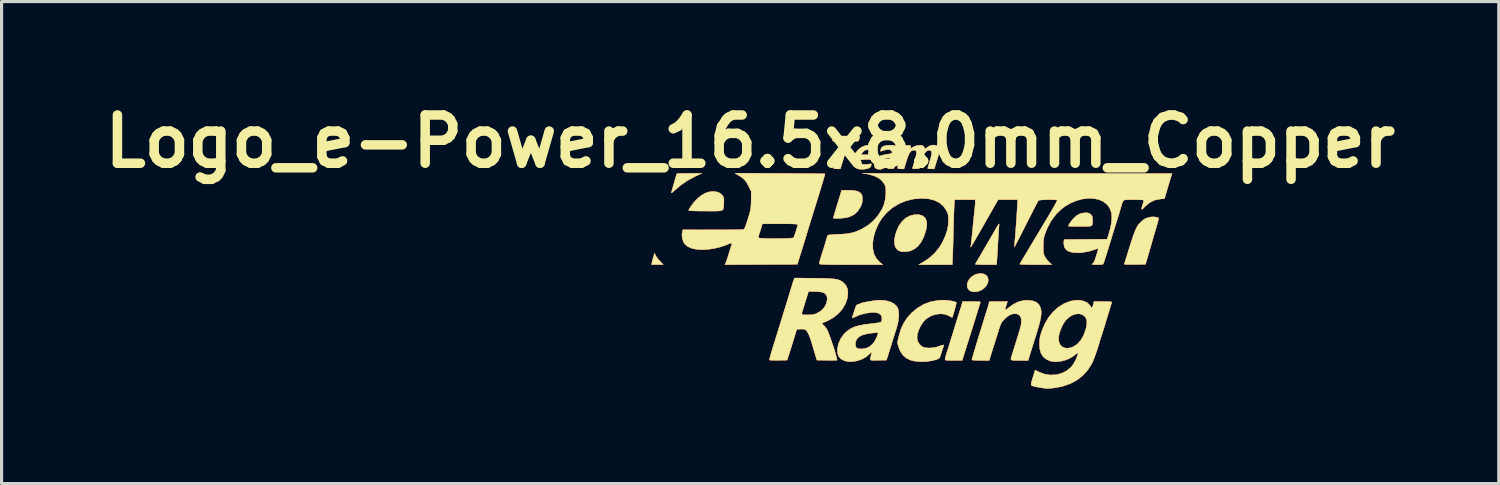
<source format=kicad_pcb>
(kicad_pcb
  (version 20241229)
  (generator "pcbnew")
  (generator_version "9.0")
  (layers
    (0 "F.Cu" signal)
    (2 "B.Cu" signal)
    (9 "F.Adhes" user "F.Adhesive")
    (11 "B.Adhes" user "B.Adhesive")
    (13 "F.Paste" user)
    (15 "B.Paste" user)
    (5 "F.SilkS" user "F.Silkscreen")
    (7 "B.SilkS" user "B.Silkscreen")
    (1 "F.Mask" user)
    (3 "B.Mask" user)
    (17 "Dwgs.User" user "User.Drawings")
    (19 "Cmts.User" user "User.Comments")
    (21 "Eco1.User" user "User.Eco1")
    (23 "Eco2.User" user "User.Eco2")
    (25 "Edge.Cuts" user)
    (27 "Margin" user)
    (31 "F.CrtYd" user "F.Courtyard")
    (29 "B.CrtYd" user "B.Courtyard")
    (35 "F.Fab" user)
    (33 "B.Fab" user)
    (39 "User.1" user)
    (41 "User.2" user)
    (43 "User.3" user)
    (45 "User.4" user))
  (footprint "Logo_e-Power_16.5x8.0mm_Copper"
    (layer "F.Cu")
    (at 25.734 5.228)
    (property "Reference" "Logo_e-Power_16.5x8.0mm_Copper" (at -5.08 -3.81 0) (layer "F.SilkS") (effects (font (size 1.524 1.524) (thickness 0.3))))
    (attr exclude_from_pos_files exclude_from_bom)
    (fp_poly (pts (xy -8.073 -0.215) (xy -8.045 -0.166) (xy -7.996 -0.101) (xy -7.938 -0.034) (xy -7.935 -0.031) (xy -7.826 0.085) (xy -8.197 0.085) (xy -8.184 0.02) (xy -8.171 -0.036) (xy -8.151 -0.113) (xy -8.136 -0.163) (xy -8.102 -0.282) (xy -8.073 -0.215)) (stroke (width 0.01) (type solid)) (fill yes) (layer "F.Cu"))
    (fp_poly (pts (xy -6.817 -2.705) (xy -7.062 -2.574) (xy -7.281 -2.422) (xy -7.449 -2.277) (xy -7.514 -2.218) (xy -7.556 -2.187) (xy -7.573 -2.184) (xy -7.572 -2.191) (xy -7.561 -2.229) (xy -7.542 -2.297) (xy -7.518 -2.382) (xy -7.506 -2.424) (xy -7.479 -2.52) (xy -7.452 -2.613) (xy -7.431 -2.686) (xy -7.425 -2.704) (xy -7.398 -2.795) (xy -7.001 -2.8) (xy -6.603 -2.805) (xy -6.817 -2.705)) (stroke (width 0.01) (type solid)) (fill yes) (layer "F.Cu"))
    (fp_poly (pts (xy 2.293 0.374) (xy 2.371 0.413) (xy 2.422 0.476) (xy 2.443 0.559) (xy 2.432 0.643) (xy 2.385 0.744) (xy 2.308 0.829) (xy 2.212 0.894) (xy 2.104 0.935) (xy 1.994 0.946) (xy 1.892 0.923) (xy 1.888 0.922) (xy 1.818 0.871) (xy 1.78 0.803) (xy 1.772 0.722) (xy 1.791 0.637) (xy 1.835 0.553) (xy 1.902 0.477) (xy 1.99 0.416) (xy 2.076 0.38) (xy 2.193 0.362) (xy 2.293 0.374)) (stroke (width 0.01) (type solid)) (fill yes) (layer "F.Cu"))
    (fp_poly (pts (xy 0.261 -1.494) (xy 0.367 -1.46) (xy 0.443 -1.398) (xy 0.489 -1.307) (xy 0.503 -1.19) (xy 0.485 -1.046) (xy 0.478 -1.015) (xy 0.411 -0.806) (xy 0.325 -0.635) (xy 0.222 -0.5) (xy 0.101 -0.404) (xy -0.037 -0.345) (xy -0.158 -0.326) (xy -0.234 -0.325) (xy -0.298 -0.327) (xy -0.328 -0.332) (xy -0.42 -0.377) (xy -0.484 -0.452) (xy -0.518 -0.554) (xy -0.523 -0.683) (xy -0.499 -0.834) (xy -0.463 -0.956) (xy -0.385 -1.133) (xy -0.286 -1.277) (xy -0.168 -1.387) (xy -0.032 -1.461) (xy 0.118 -1.496) (xy 0.125 -1.496) (xy 0.261 -1.494)) (stroke (width 0.01) (type solid)) (fill yes) (layer "F.Cu"))
    (fp_poly (pts (xy 5.584 -1.552) (xy 5.633 -1.539) (xy 5.672 -1.512) (xy 5.685 -1.5) (xy 5.718 -1.46) (xy 5.734 -1.416) (xy 5.739 -1.352) (xy 5.739 -1.323) (xy 5.739 -1.253) (xy 5.735 -1.201) (xy 5.724 -1.165) (xy 5.698 -1.142) (xy 5.652 -1.129) (xy 5.581 -1.123) (xy 5.478 -1.122) (xy 5.343 -1.122) (xy 5.223 -1.122) (xy 5.12 -1.124) (xy 5.04 -1.127) (xy 4.989 -1.13) (xy 4.974 -1.133) (xy 4.987 -1.173) (xy 5.022 -1.232) (xy 5.071 -1.3) (xy 5.126 -1.367) (xy 5.128 -1.369) (xy 5.236 -1.467) (xy 5.346 -1.527) (xy 5.466 -1.552) (xy 5.508 -1.554) (xy 5.584 -1.552)) (stroke (width 0.01) (type solid)) (fill yes) (layer "F.Cu"))
    (fp_poly (pts (xy -1.99 -2.265) (xy -1.852 -2.261) (xy -1.748 -2.249) (xy -1.67 -2.227) (xy -1.612 -2.192) (xy -1.586 -2.168) (xy -1.556 -2.129) (xy -1.541 -2.083) (xy -1.535 -2.016) (xy -1.535 -1.983) (xy -1.54 -1.898) (xy -1.557 -1.827) (xy -1.593 -1.747) (xy -1.608 -1.719) (xy -1.693 -1.592) (xy -1.795 -1.499) (xy -1.924 -1.435) (xy -1.986 -1.415) (xy -2.055 -1.4) (xy -2.139 -1.388) (xy -2.23 -1.38) (xy -2.316 -1.375) (xy -2.389 -1.375) (xy -2.439 -1.38) (xy -2.455 -1.39) (xy -2.449 -1.413) (xy -2.433 -1.471) (xy -2.407 -1.557) (xy -2.375 -1.665) (xy -2.338 -1.789) (xy -2.324 -1.834) (xy -2.192 -2.265) (xy -1.99 -2.265)) (stroke (width 0.01) (type solid)) (fill yes) (layer "F.Cu"))
    (fp_poly (pts (xy -6.135 -2.215) (xy -6.034 -2.175) (xy -5.959 -2.109) (xy -5.947 -2.091) (xy -5.924 -2.049) (xy -5.912 -2.004) (xy -5.909 -1.943) (xy -5.912 -1.854) (xy -5.913 -1.852) (xy -5.916 -1.779) (xy -5.919 -1.722) (xy -5.928 -1.679) (xy -5.946 -1.649) (xy -5.979 -1.628) (xy -6.031 -1.616) (xy -6.107 -1.61) (xy -6.212 -1.608) (xy -6.351 -1.608) (xy -6.49 -1.609) (xy -6.636 -1.609) (xy -6.766 -1.611) (xy -6.877 -1.614) (xy -6.96 -1.618) (xy -7.012 -1.622) (xy -7.027 -1.627) (xy -7.017 -1.652) (xy -6.988 -1.702) (xy -6.948 -1.766) (xy -6.946 -1.769) (xy -6.85 -1.896) (xy -6.735 -2.014) (xy -6.614 -2.111) (xy -6.504 -2.174) (xy -6.378 -2.216) (xy -6.252 -2.23) (xy -6.135 -2.215)) (stroke (width 0.01) (type solid)) (fill yes) (layer "F.Cu"))
    (fp_poly (pts (xy 2.787 -1.197) (xy 2.787 -1.196) (xy 2.783 -1.156) (xy 2.777 -1.081) (xy 2.769 -0.979) (xy 2.762 -0.857) (xy 2.754 -0.723) (xy 2.753 -0.699) (xy 2.745 -0.553) (xy 2.737 -0.41) (xy 2.729 -0.279) (xy 2.722 -0.169) (xy 2.718 -0.091) (xy 2.717 -0.09) (xy 2.706 0.085) (xy 2.369 0.085) (xy 2.255 0.084) (xy 2.157 0.082) (xy 2.083 0.078) (xy 2.04 0.074) (xy 2.032 0.071) (xy 2.042 0.047) (xy 2.069 -0.001) (xy 2.099 -0.051) (xy 2.251 -0.308) (xy 2.274 -0.349) (xy 2.294 -0.384) (xy 2.33 -0.446) (xy 2.377 -0.526) (xy 2.417 -0.593) (xy 2.478 -0.698) (xy 2.55 -0.822) (xy 2.622 -0.947) (xy 2.667 -1.027) (xy 2.721 -1.119) (xy 2.76 -1.179) (xy 2.782 -1.206) (xy 2.787 -1.197)) (stroke (width 0.01) (type solid)) (fill yes) (layer "F.Cu"))
    (fp_poly (pts (xy 7.695 -1.424) (xy 7.768 -1.414) (xy 7.818 -1.395) (xy 7.825 -1.39) (xy 7.827 -1.376) (xy 7.821 -1.343) (xy 7.808 -1.286) (xy 7.784 -1.201) (xy 7.75 -1.084) (xy 7.705 -0.931) (xy 7.678 -0.84) (xy 7.65 -0.746) (xy 7.634 -0.688) (xy 7.62 -0.638) (xy 7.602 -0.576) (xy 7.579 -0.496) (xy 7.549 -0.394) (xy 7.511 -0.263) (xy 7.463 -0.098) (xy 7.45 -0.053) (xy 7.413 0.074) (xy 7.071 0.08) (xy 6.956 0.081) (xy 6.86 0.08) (xy 6.787 0.077) (xy 6.745 0.073) (xy 6.737 0.069) (xy 6.746 0.045) (xy 6.765 -0.013) (xy 6.793 -0.101) (xy 6.828 -0.212) (xy 6.868 -0.341) (xy 6.9 -0.445) (xy 6.961 -0.637) (xy 7.012 -0.794) (xy 7.058 -0.92) (xy 7.099 -1.02) (xy 7.138 -1.1) (xy 7.177 -1.164) (xy 7.219 -1.216) (xy 7.266 -1.263) (xy 7.336 -1.325) (xy 7.393 -1.364) (xy 7.453 -1.391) (xy 7.532 -1.413) (xy 7.54 -1.415) (xy 7.614 -1.425) (xy 7.695 -1.424)) (stroke (width 0.01) (type solid)) (fill yes) (layer "F.Cu"))
    (fp_poly (pts (xy -1.875 -3.979) (xy -1.769 -3.978) (xy -1.696 -3.975) (xy -1.649 -3.971) (xy -1.624 -3.964) (xy -1.616 -3.955) (xy -1.617 -3.946) (xy -1.633 -3.898) (xy -1.643 -3.861) (xy -1.653 -3.834) (xy -1.672 -3.819) (xy -1.711 -3.812) (xy -1.78 -3.81) (xy -1.803 -3.81) (xy -1.852 -3.811) (xy -1.891 -3.81) (xy -1.921 -3.803) (xy -1.947 -3.784) (xy -1.97 -3.751) (xy -1.994 -3.697) (xy -2.022 -3.619) (xy -2.055 -3.511) (xy -2.098 -3.37) (xy -2.117 -3.307) (xy -2.229 -2.942) (xy -2.345 -2.942) (xy -2.41 -2.944) (xy -2.442 -2.951) (xy -2.449 -2.966) (xy -2.445 -2.979) (xy -2.433 -3.016) (xy -2.411 -3.084) (xy -2.382 -3.176) (xy -2.349 -3.283) (xy -2.315 -3.396) (xy -2.281 -3.507) (xy -2.251 -3.608) (xy -2.226 -3.691) (xy -2.211 -3.746) (xy -2.206 -3.762) (xy -2.204 -3.788) (xy -2.215 -3.802) (xy -2.248 -3.808) (xy -2.313 -3.81) (xy -2.336 -3.81) (xy -2.407 -3.812) (xy -2.458 -3.819) (xy -2.477 -3.828) (xy -2.47 -3.859) (xy -2.454 -3.909) (xy -2.453 -3.913) (xy -2.43 -3.979) (xy -2.017 -3.979) (xy -1.875 -3.979)) (stroke (width 0.01) (type solid)) (fill yes) (layer "F.Cu"))
    (fp_poly (pts (xy 2.033 1.249) (xy 2.112 1.251) (xy 2.161 1.255) (xy 2.186 1.262) (xy 2.195 1.273) (xy 2.193 1.286) (xy 2.162 1.383) (xy 2.123 1.509) (xy 2.078 1.653) (xy 2.032 1.802) (xy 1.987 1.946) (xy 1.948 2.073) (xy 1.944 2.085) (xy 1.91 2.195) (xy 1.878 2.298) (xy 1.851 2.383) (xy 1.833 2.44) (xy 1.831 2.445) (xy 1.814 2.496) (xy 1.788 2.578) (xy 1.756 2.679) (xy 1.721 2.791) (xy 1.712 2.82) (xy 1.622 3.111) (xy 1.351 3.111) (xy 1.239 3.111) (xy 1.163 3.109) (xy 1.116 3.105) (xy 1.091 3.097) (xy 1.081 3.084) (xy 1.079 3.072) (xy 1.086 3.033) (xy 1.103 2.967) (xy 1.127 2.888) (xy 1.131 2.876) (xy 1.151 2.813) (xy 1.181 2.718) (xy 1.219 2.596) (xy 1.263 2.455) (xy 1.31 2.303) (xy 1.354 2.159) (xy 1.4 2.008) (xy 1.444 1.865) (xy 1.484 1.739) (xy 1.516 1.634) (xy 1.541 1.557) (xy 1.555 1.514) (xy 1.555 1.513) (xy 1.581 1.434) (xy 1.605 1.35) (xy 1.608 1.339) (xy 1.631 1.249) (xy 1.918 1.249) (xy 2.033 1.249)) (stroke (width 0.01) (type solid)) (fill yes) (layer "F.Cu"))
    (fp_poly (pts (xy -1.226 -3.683) (xy -1.147 -3.648) (xy -1.1 -3.592) (xy -1.083 -3.511) (xy -1.085 -3.441) (xy -1.095 -3.357) (xy -1.11 -3.301) (xy -1.137 -3.266) (xy -1.183 -3.247) (xy -1.256 -3.24) (xy -1.363 -3.239) (xy -1.375 -3.239) (xy -1.471 -3.237) (xy -1.549 -3.232) (xy -1.602 -3.225) (xy -1.619 -3.218) (xy -1.62 -3.18) (xy -1.594 -3.136) (xy -1.551 -3.099) (xy -1.531 -3.089) (xy -1.462 -3.079) (xy -1.368 -3.088) (xy -1.305 -3.098) (xy -1.263 -3.102) (xy -1.252 -3.1) (xy -1.252 -3.077) (xy -1.264 -3.033) (xy -1.288 -2.991) (xy -1.332 -2.964) (xy -1.377 -2.949) (xy -1.521 -2.925) (xy -1.644 -2.934) (xy -1.714 -2.958) (xy -1.791 -3.017) (xy -1.833 -3.099) (xy -1.838 -3.202) (xy -1.809 -3.324) (xy -1.773 -3.398) (xy -1.566 -3.398) (xy -1.547 -3.392) (xy -1.497 -3.388) (xy -1.431 -3.387) (xy -1.352 -3.389) (xy -1.307 -3.398) (xy -1.285 -3.416) (xy -1.282 -3.421) (xy -1.276 -3.481) (xy -1.303 -3.525) (xy -1.354 -3.547) (xy -1.421 -3.541) (xy -1.44 -3.535) (xy -1.488 -3.504) (xy -1.533 -3.46) (xy -1.562 -3.416) (xy -1.566 -3.398) (xy -1.773 -3.398) (xy -1.746 -3.451) (xy -1.658 -3.555) (xy -1.551 -3.634) (xy -1.432 -3.682) (xy -1.309 -3.695) (xy -1.226 -3.683)) (stroke (width 0.01) (type solid)) (fill yes) (layer "F.Cu"))
    (fp_poly (pts (xy -0.572 -3.687) (xy -0.494 -3.672) (xy -0.462 -3.658) (xy -0.43 -3.633) (xy -0.408 -3.604) (xy -0.397 -3.566) (xy -0.397 -3.513) (xy -0.408 -3.44) (xy -0.431 -3.341) (xy -0.466 -3.211) (xy -0.5 -3.09) (xy -0.54 -2.953) (xy -0.641 -2.946) (xy -0.702 -2.945) (xy -0.732 -2.952) (xy -0.741 -2.973) (xy -0.741 -2.98) (xy -0.743 -3.003) (xy -0.757 -3.008) (xy -0.792 -2.995) (xy -0.84 -2.971) (xy -0.941 -2.931) (xy -1.028 -2.926) (xy -1.095 -2.947) (xy -1.143 -2.99) (xy -1.162 -3.053) (xy -1.154 -3.126) (xy -1.144 -3.152) (xy -0.946 -3.152) (xy -0.931 -3.108) (xy -0.92 -3.098) (xy -0.867 -3.081) (xy -0.801 -3.09) (xy -0.745 -3.118) (xy -0.714 -3.155) (xy -0.682 -3.208) (xy -0.66 -3.259) (xy -0.656 -3.28) (xy -0.674 -3.292) (xy -0.719 -3.292) (xy -0.778 -3.283) (xy -0.837 -3.267) (xy -0.882 -3.247) (xy -0.929 -3.203) (xy -0.946 -3.152) (xy -1.144 -3.152) (xy -1.123 -3.203) (xy -1.071 -3.275) (xy -1.001 -3.333) (xy -0.957 -3.356) (xy -0.895 -3.376) (xy -0.811 -3.393) (xy -0.743 -3.403) (xy -0.653 -3.419) (xy -0.603 -3.443) (xy -0.594 -3.476) (xy -0.623 -3.519) (xy -0.625 -3.522) (xy -0.684 -3.551) (xy -0.771 -3.55) (xy -0.868 -3.524) (xy -0.923 -3.506) (xy -0.958 -3.497) (xy -0.963 -3.498) (xy -0.961 -3.519) (xy -0.95 -3.565) (xy -0.949 -3.57) (xy -0.924 -3.623) (xy -0.875 -3.655) (xy -0.855 -3.663) (xy -0.766 -3.683) (xy -0.667 -3.691) (xy -0.572 -3.687)) (stroke (width 0.01) (type solid)) (fill yes) (layer "F.Cu"))
    (fp_poly (pts (xy 1.113 1.211) (xy 1.213 1.222) (xy 1.307 1.237) (xy 1.382 1.255) (xy 1.429 1.275) (xy 1.434 1.279) (xy 1.432 1.301) (xy 1.421 1.354) (xy 1.402 1.427) (xy 1.379 1.51) (xy 1.355 1.595) (xy 1.333 1.67) (xy 1.314 1.727) (xy 1.303 1.755) (xy 1.301 1.757) (xy 1.282 1.747) (xy 1.237 1.723) (xy 1.193 1.699) (xy 1.069 1.652) (xy 0.93 1.638) (xy 0.784 1.655) (xy 0.64 1.703) (xy 0.507 1.78) (xy 0.47 1.809) (xy 0.38 1.906) (xy 0.3 2.028) (xy 0.238 2.163) (xy 0.2 2.297) (xy 0.191 2.389) (xy 0.21 2.498) (xy 0.265 2.596) (xy 0.347 2.671) (xy 0.366 2.682) (xy 0.453 2.71) (xy 0.565 2.719) (xy 0.691 2.711) (xy 0.819 2.686) (xy 0.894 2.661) (xy 0.963 2.636) (xy 1.014 2.623) (xy 1.037 2.624) (xy 1.037 2.625) (xy 1.031 2.654) (xy 1.014 2.709) (xy 0.998 2.756) (xy 0.97 2.839) (xy 0.944 2.922) (xy 0.934 2.956) (xy 0.918 3.003) (xy 0.893 3.038) (xy 0.853 3.064) (xy 0.79 3.088) (xy 0.695 3.112) (xy 0.656 3.121) (xy 0.508 3.145) (xy 0.346 3.152) (xy 0.186 3.144) (xy 0.044 3.12) (xy 0.003 3.109) (xy -0.14 3.044) (xy -0.253 2.949) (xy -0.338 2.823) (xy -0.383 2.707) (xy -0.43 2.553) (xy -0.385 2.35) (xy -0.319 2.124) (xy -0.227 1.925) (xy -0.105 1.746) (xy 0.01 1.619) (xy 0.198 1.46) (xy 0.402 1.339) (xy 0.622 1.257) (xy 0.86 1.214) (xy 1.016 1.207) (xy 1.113 1.211)) (stroke (width 0.01) (type solid)) (fill yes) (layer "F.Cu"))
    (fp_poly (pts (xy 0.758 -3.693) (xy 0.831 -3.669) (xy 0.881 -3.62) (xy 0.886 -3.612) (xy 0.897 -3.582) (xy 0.902 -3.549) (xy 0.899 -3.506) (xy 0.888 -3.447) (xy 0.866 -3.365) (xy 0.834 -3.254) (xy 0.801 -3.149) (xy 0.738 -2.942) (xy 0.633 -2.942) (xy 0.574 -2.945) (xy 0.536 -2.953) (xy 0.529 -2.959) (xy 0.535 -2.985) (xy 0.551 -3.042) (xy 0.575 -3.121) (xy 0.592 -3.176) (xy 0.63 -3.303) (xy 0.65 -3.397) (xy 0.654 -3.461) (xy 0.642 -3.502) (xy 0.613 -3.523) (xy 0.603 -3.526) (xy 0.543 -3.528) (xy 0.489 -3.5) (xy 0.438 -3.44) (xy 0.389 -3.345) (xy 0.34 -3.211) (xy 0.313 -3.122) (xy 0.263 -2.953) (xy 0.15 -2.946) (xy 0.083 -2.945) (xy 0.051 -2.952) (xy 0.047 -2.967) (xy 0.057 -2.998) (xy 0.076 -3.06) (xy 0.101 -3.143) (xy 0.125 -3.223) (xy 0.158 -3.344) (xy 0.173 -3.431) (xy 0.172 -3.488) (xy 0.152 -3.521) (xy 0.114 -3.534) (xy 0.097 -3.535) (xy 0.043 -3.526) (xy -0.004 -3.496) (xy -0.046 -3.441) (xy -0.086 -3.355) (xy -0.129 -3.233) (xy -0.142 -3.195) (xy -0.22 -2.942) (xy -0.321 -2.942) (xy -0.384 -2.945) (xy -0.415 -2.956) (xy -0.423 -2.978) (xy -0.423 -2.98) (xy -0.417 -3.02) (xy -0.399 -3.083) (xy -0.381 -3.137) (xy -0.355 -3.217) (xy -0.323 -3.317) (xy -0.292 -3.419) (xy -0.288 -3.433) (xy -0.257 -3.537) (xy -0.235 -3.607) (xy -0.215 -3.651) (xy -0.193 -3.673) (xy -0.165 -3.682) (xy -0.125 -3.683) (xy -0.101 -3.683) (xy -0.039 -3.682) (xy -0.01 -3.674) (xy -0.004 -3.655) (xy -0.01 -3.627) (xy -0.017 -3.588) (xy -0.007 -3.584) (xy 0.025 -3.606) (xy 0.106 -3.652) (xy 0.193 -3.68) (xy 0.276 -3.69) (xy 0.348 -3.683) (xy 0.4 -3.658) (xy 0.423 -3.615) (xy 0.423 -3.606) (xy 0.436 -3.58) (xy 0.469 -3.586) (xy 0.513 -3.62) (xy 0.588 -3.669) (xy 0.673 -3.693) (xy 0.758 -3.693)) (stroke (width 0.01) (type solid)) (fill yes) (layer "F.Cu"))
    (fp_poly (pts (xy 3.863 1.232) (xy 3.967 1.275) (xy 4.042 1.343) (xy 4.091 1.438) (xy 4.107 1.496) (xy 4.116 1.569) (xy 4.115 1.654) (xy 4.102 1.756) (xy 4.076 1.88) (xy 4.036 2.032) (xy 3.982 2.215) (xy 3.96 2.286) (xy 3.916 2.424) (xy 3.87 2.57) (xy 3.827 2.71) (xy 3.789 2.83) (xy 3.776 2.873) (xy 3.702 3.111) (xy 3.428 3.111) (xy 3.311 3.111) (xy 3.232 3.109) (xy 3.183 3.1) (xy 3.161 3.082) (xy 3.158 3.051) (xy 3.17 3.005) (xy 3.184 2.962) (xy 3.2 2.914) (xy 3.222 2.844) (xy 3.251 2.749) (xy 3.289 2.626) (xy 3.337 2.471) (xy 3.396 2.281) (xy 3.438 2.142) (xy 3.479 1.98) (xy 3.49 1.85) (xy 3.473 1.75) (xy 3.426 1.681) (xy 3.352 1.643) (xy 3.336 1.639) (xy 3.228 1.638) (xy 3.121 1.674) (xy 3.013 1.75) (xy 2.965 1.796) (xy 2.92 1.842) (xy 2.886 1.882) (xy 2.859 1.924) (xy 2.834 1.976) (xy 2.808 2.046) (xy 2.776 2.141) (xy 2.745 2.244) (xy 2.708 2.362) (xy 2.673 2.473) (xy 2.643 2.566) (xy 2.622 2.634) (xy 2.614 2.656) (xy 2.595 2.716) (xy 2.568 2.801) (xy 2.539 2.896) (xy 2.529 2.926) (xy 2.473 3.111) (xy 2.199 3.111) (xy 2.077 3.11) (xy 1.993 3.106) (xy 1.944 3.099) (xy 1.926 3.088) (xy 1.926 3.086) (xy 1.932 3.06) (xy 1.948 3.001) (xy 1.973 2.913) (xy 2.005 2.805) (xy 2.041 2.683) (xy 2.08 2.554) (xy 2.12 2.423) (xy 2.158 2.298) (xy 2.193 2.185) (xy 2.222 2.095) (xy 2.245 2.02) (xy 2.276 1.922) (xy 2.307 1.819) (xy 2.316 1.789) (xy 2.345 1.693) (xy 2.374 1.602) (xy 2.396 1.532) (xy 2.403 1.513) (xy 2.428 1.434) (xy 2.452 1.35) (xy 2.455 1.339) (xy 2.478 1.249) (xy 3.051 1.249) (xy 3.035 1.296) (xy 3 1.41) (xy 2.98 1.484) (xy 2.974 1.52) (xy 2.976 1.524) (xy 2.997 1.512) (xy 3.041 1.479) (xy 3.087 1.443) (xy 3.248 1.328) (xy 3.407 1.252) (xy 3.568 1.214) (xy 3.724 1.211) (xy 3.863 1.232)) (stroke (width 0.01) (type solid)) (fill yes) (layer "F.Cu"))
    (fp_poly (pts (xy -0.807 1.219) (xy -0.66 1.256) (xy -0.541 1.316) (xy -0.454 1.396) (xy -0.411 1.474) (xy -0.388 1.574) (xy -0.384 1.701) (xy -0.398 1.846) (xy -0.428 1.997) (xy -0.454 2.085) (xy -0.487 2.188) (xy -0.516 2.279) (xy -0.545 2.372) (xy -0.578 2.479) (xy -0.619 2.612) (xy -0.626 2.635) (xy -0.658 2.74) (xy -0.693 2.85) (xy -0.723 2.944) (xy -0.729 2.963) (xy -0.774 3.101) (xy -1.033 3.107) (xy -1.146 3.109) (xy -1.222 3.108) (xy -1.267 3.1) (xy -1.286 3.08) (xy -1.286 3.045) (xy -1.272 2.992) (xy -1.261 2.956) (xy -1.245 2.89) (xy -1.248 2.862) (xy -1.271 2.87) (xy -1.304 2.902) (xy -1.413 2.997) (xy -1.548 3.072) (xy -1.697 3.123) (xy -1.851 3.149) (xy -1.998 3.146) (xy -2.105 3.12) (xy -2.209 3.066) (xy -2.279 2.99) (xy -2.317 2.89) (xy -2.324 2.762) (xy -2.321 2.725) (xy -2.292 2.597) (xy -1.757 2.597) (xy -1.747 2.671) (xy -1.714 2.719) (xy -1.653 2.743) (xy -1.559 2.747) (xy -1.533 2.745) (xy -1.427 2.729) (xy -1.341 2.693) (xy -1.317 2.678) (xy -1.251 2.627) (xy -1.191 2.569) (xy -1.176 2.55) (xy -1.143 2.498) (xy -1.106 2.427) (xy -1.072 2.352) (xy -1.047 2.286) (xy -1.037 2.243) (xy -1.037 2.243) (xy -1.051 2.234) (xy -1.095 2.232) (xy -1.173 2.239) (xy -1.286 2.254) (xy -1.374 2.267) (xy -1.524 2.304) (xy -1.636 2.36) (xy -1.712 2.437) (xy -1.751 2.534) (xy -1.757 2.597) (xy -2.292 2.597) (xy -2.286 2.571) (xy -2.217 2.419) (xy -2.123 2.286) (xy -2.078 2.238) (xy -1.987 2.161) (xy -1.892 2.1) (xy -1.787 2.052) (xy -1.664 2.014) (xy -1.514 1.984) (xy -1.33 1.958) (xy -1.323 1.957) (xy -1.186 1.941) (xy -1.086 1.928) (xy -1.016 1.917) (xy -0.971 1.905) (xy -0.944 1.892) (xy -0.93 1.875) (xy -0.923 1.852) (xy -0.92 1.834) (xy -0.919 1.741) (xy -0.953 1.669) (xy -1.021 1.621) (xy -1.122 1.596) (xy -1.254 1.596) (xy -1.259 1.596) (xy -1.455 1.625) (xy -1.629 1.676) (xy -1.735 1.721) (xy -1.797 1.749) (xy -1.841 1.766) (xy -1.857 1.769) (xy -1.856 1.747) (xy -1.844 1.712) (xy -1.828 1.667) (xy -1.805 1.596) (xy -1.779 1.514) (xy -1.777 1.508) (xy -1.75 1.427) (xy -1.728 1.378) (xy -1.704 1.352) (xy -1.675 1.341) (xy -1.625 1.325) (xy -1.598 1.312) (xy -1.562 1.298) (xy -1.493 1.28) (xy -1.402 1.261) (xy -1.298 1.243) (xy -1.192 1.227) (xy -1.093 1.214) (xy -1.01 1.207) (xy -0.979 1.206) (xy -0.807 1.219)) (stroke (width 0.01) (type solid)) (fill yes) (layer "F.Cu"))
    (fp_poly (pts (xy -4.141 -2.799) (xy -3.9 -2.798) (xy -3.672 -2.796) (xy -3.46 -2.795) (xy -3.267 -2.794) (xy -3.098 -2.792) (xy -2.955 -2.791) (xy -2.842 -2.789) (xy -2.763 -2.788) (xy -2.721 -2.786) (xy -2.715 -2.786) (xy -2.719 -2.764) (xy -2.735 -2.707) (xy -2.761 -2.619) (xy -2.795 -2.503) (xy -2.837 -2.365) (xy -2.884 -2.209) (xy -2.937 -2.039) (xy -2.943 -2.019) (xy -2.998 -1.841) (xy -3.051 -1.67) (xy -3.1 -1.513) (xy -3.143 -1.373) (xy -3.179 -1.258) (xy -3.206 -1.172) (xy -3.221 -1.122) (xy -3.251 -1.025) (xy -3.283 -0.92) (xy -3.301 -0.857) (xy -3.324 -0.782) (xy -3.357 -0.674) (xy -3.398 -0.541) (xy -3.444 -0.391) (xy -3.494 -0.233) (xy -3.543 -0.073) (xy -3.55 -0.053) (xy -3.589 0.074) (xy -4.736 0.08) (xy -5.883 0.085) (xy -5.853 0.027) (xy -5.835 -0.018) (xy -5.809 -0.091) (xy -5.779 -0.183) (xy -5.757 -0.254) (xy -5.728 -0.35) (xy -5.702 -0.435) (xy -5.681 -0.499) (xy -5.671 -0.525) (xy -5.659 -0.576) (xy -5.676 -0.597) (xy -5.723 -0.588) (xy -5.753 -0.574) (xy -5.875 -0.522) (xy -6.026 -0.474) (xy -6.192 -0.434) (xy -6.361 -0.405) (xy -6.41 -0.399) (xy -6.608 -0.388) (xy -6.783 -0.4) (xy -6.934 -0.434) (xy -7.055 -0.489) (xy -7.145 -0.564) (xy -7.186 -0.627) (xy -7.224 -0.742) (xy -7.227 -0.773) (xy -4.819 -0.773) (xy -4.816 -0.764) (xy -4.791 -0.756) (xy -4.73 -0.749) (xy -4.641 -0.745) (xy -4.531 -0.741) (xy -4.406 -0.74) (xy -4.274 -0.739) (xy -4.141 -0.74) (xy -4.014 -0.743) (xy -3.901 -0.747) (xy -3.808 -0.752) (xy -3.742 -0.758) (xy -3.711 -0.766) (xy -3.71 -0.767) (xy -3.695 -0.798) (xy -3.673 -0.858) (xy -3.647 -0.935) (xy -3.621 -1.018) (xy -3.598 -1.095) (xy -3.582 -1.155) (xy -3.577 -1.183) (xy -3.593 -1.191) (xy -3.641 -1.197) (xy -3.725 -1.202) (xy -3.845 -1.205) (xy -4.004 -1.206) (xy -4.135 -1.206) (xy -4.693 -1.206) (xy -4.73 -1.085) (xy -4.756 -1) (xy -4.784 -0.915) (xy -4.798 -0.875) (xy -4.815 -0.816) (xy -4.819 -0.773) (xy -7.227 -0.773) (xy -7.236 -0.862) (xy -7.225 -0.948) (xy -7.207 -1.018) (xy -6.263 -1.016) (xy -6.066 -1.016) (xy -5.881 -1.017) (xy -5.714 -1.018) (xy -5.568 -1.02) (xy -5.447 -1.021) (xy -5.357 -1.024) (xy -5.301 -1.026) (xy -5.285 -1.028) (xy -5.268 -1.045) (xy -5.246 -1.086) (xy -5.22 -1.154) (xy -5.186 -1.253) (xy -5.144 -1.386) (xy -5.093 -1.556) (xy -5.087 -1.577) (xy -5.067 -1.669) (xy -5.055 -1.784) (xy -5.05 -1.931) (xy -5.049 -1.968) (xy -5.048 -2.233) (xy -5.129 -2.394) (xy -5.188 -2.503) (xy -5.246 -2.583) (xy -5.316 -2.649) (xy -5.408 -2.713) (xy -5.442 -2.734) (xy -5.56 -2.805) (xy -4.141 -2.799)) (stroke (width 0.01) (type solid)) (fill yes) (layer "F.Cu"))
    (fp_poly (pts (xy 5.341 1.21) (xy 5.469 1.238) (xy 5.574 1.291) (xy 5.651 1.367) (xy 5.66 1.381) (xy 5.692 1.431) (xy 5.711 1.447) (xy 5.726 1.436) (xy 5.732 1.426) (xy 5.751 1.377) (xy 5.767 1.318) (xy 5.782 1.249) (xy 6.068 1.249) (xy 6.188 1.25) (xy 6.271 1.253) (xy 6.321 1.258) (xy 6.343 1.267) (xy 6.345 1.275) (xy 6.336 1.302) (xy 6.317 1.364) (xy 6.29 1.454) (xy 6.255 1.568) (xy 6.216 1.699) (xy 6.182 1.81) (xy 6.139 1.951) (xy 6.1 2.081) (xy 6.065 2.193) (xy 6.037 2.281) (xy 6.018 2.34) (xy 6.011 2.36) (xy 5.991 2.415) (xy 5.979 2.455) (xy 5.947 2.571) (xy 5.906 2.702) (xy 5.862 2.837) (xy 5.816 2.967) (xy 5.773 3.081) (xy 5.736 3.169) (xy 5.722 3.199) (xy 5.591 3.408) (xy 5.432 3.586) (xy 5.244 3.732) (xy 5.03 3.847) (xy 4.789 3.929) (xy 4.595 3.969) (xy 4.475 3.985) (xy 4.383 3.995) (xy 4.303 3.996) (xy 4.221 3.99) (xy 4.123 3.976) (xy 4.073 3.967) (xy 3.984 3.951) (xy 3.905 3.934) (xy 3.85 3.919) (xy 3.843 3.916) (xy 3.818 3.906) (xy 3.802 3.893) (xy 3.795 3.871) (xy 3.8 3.834) (xy 3.814 3.774) (xy 3.841 3.685) (xy 3.868 3.597) (xy 3.923 3.415) (xy 4.046 3.476) (xy 4.219 3.542) (xy 4.399 3.57) (xy 4.578 3.563) (xy 4.749 3.521) (xy 4.906 3.446) (xy 5.043 3.338) (xy 5.049 3.332) (xy 5.142 3.213) (xy 5.219 3.069) (xy 5.267 2.935) (xy 5.278 2.896) (xy 5.282 2.874) (xy 5.273 2.871) (xy 5.245 2.887) (xy 5.194 2.925) (xy 5.123 2.979) (xy 5.002 3.051) (xy 4.862 3.107) (xy 4.713 3.142) (xy 4.569 3.154) (xy 4.44 3.141) (xy 4.41 3.133) (xy 4.277 3.074) (xy 4.177 2.993) (xy 4.109 2.886) (xy 4.071 2.751) (xy 4.062 2.615) (xy 4.063 2.508) (xy 4.07 2.425) (xy 4.076 2.391) (xy 4.664 2.391) (xy 4.67 2.512) (xy 4.709 2.608) (xy 4.774 2.678) (xy 4.863 2.717) (xy 4.97 2.723) (xy 5.09 2.695) (xy 5.134 2.676) (xy 5.259 2.593) (xy 5.366 2.474) (xy 5.454 2.32) (xy 5.522 2.132) (xy 5.535 2.08) (xy 5.558 1.951) (xy 5.555 1.848) (xy 5.526 1.766) (xy 5.484 1.713) (xy 5.401 1.658) (xy 5.302 1.636) (xy 5.194 1.647) (xy 5.083 1.689) (xy 4.977 1.758) (xy 4.881 1.855) (xy 4.86 1.882) (xy 4.793 1.992) (xy 4.734 2.123) (xy 4.689 2.257) (xy 4.665 2.378) (xy 4.664 2.391) (xy 4.076 2.391) (xy 4.084 2.349) (xy 4.108 2.261) (xy 4.131 2.192) (xy 4.226 1.96) (xy 4.347 1.753) (xy 4.492 1.574) (xy 4.658 1.426) (xy 4.84 1.313) (xy 5.038 1.238) (xy 5.044 1.236) (xy 5.197 1.209) (xy 5.341 1.21)) (stroke (width 0.01) (type solid)) (fill yes) (layer "F.Cu"))
    (fp_poly (pts (xy -3.05 0.513) (xy -2.846 0.516) (xy -2.68 0.52) (xy -2.545 0.526) (xy -2.438 0.535) (xy -2.354 0.547) (xy -2.286 0.564) (xy -2.232 0.586) (xy -2.184 0.614) (xy -2.139 0.649) (xy -2.124 0.662) (xy -2.046 0.75) (xy -2.003 0.851) (xy -1.99 0.975) (xy -2.01 1.152) (xy -2.07 1.322) (xy -2.164 1.483) (xy -2.29 1.628) (xy -2.445 1.754) (xy -2.624 1.856) (xy -2.692 1.885) (xy -2.755 1.911) (xy -2.799 1.931) (xy -2.813 1.938) (xy -2.804 1.955) (xy -2.771 1.986) (xy -2.765 1.991) (xy -2.72 2.037) (xy -2.672 2.1) (xy -2.656 2.125) (xy -2.631 2.177) (xy -2.598 2.256) (xy -2.561 2.356) (xy -2.52 2.47) (xy -2.479 2.591) (xy -2.439 2.712) (xy -2.403 2.829) (xy -2.372 2.932) (xy -2.349 3.017) (xy -2.337 3.076) (xy -2.336 3.102) (xy -2.337 3.103) (xy -2.366 3.106) (xy -2.43 3.108) (xy -2.518 3.108) (xy -2.625 3.108) (xy -2.666 3.107) (xy -2.97 3.101) (xy -3.007 2.985) (xy -3.029 2.915) (xy -3.058 2.819) (xy -3.089 2.711) (xy -3.111 2.635) (xy -3.162 2.468) (xy -3.208 2.339) (xy -3.252 2.244) (xy -3.294 2.178) (xy -3.313 2.158) (xy -3.35 2.132) (xy -3.396 2.121) (xy -3.466 2.12) (xy -3.483 2.121) (xy -3.606 2.127) (xy -3.632 2.212) (xy -3.648 2.264) (xy -3.674 2.345) (xy -3.705 2.447) (xy -3.739 2.558) (xy -3.747 2.582) (xy -3.783 2.698) (xy -3.818 2.81) (xy -3.848 2.907) (xy -3.871 2.976) (xy -3.874 2.985) (xy -3.912 3.101) (xy -4.187 3.107) (xy -4.291 3.108) (xy -4.378 3.106) (xy -4.441 3.103) (xy -4.471 3.097) (xy -4.472 3.096) (xy -4.469 3.072) (xy -4.454 3.014) (xy -4.431 2.928) (xy -4.399 2.821) (xy -4.362 2.699) (xy -4.356 2.678) (xy -4.31 2.531) (xy -4.262 2.376) (xy -4.216 2.226) (xy -4.175 2.094) (xy -4.149 2.011) (xy -4.109 1.882) (xy -4.063 1.732) (xy -4.033 1.635) (xy -3.447 1.635) (xy -3.431 1.659) (xy -3.388 1.67) (xy -3.311 1.672) (xy -3.265 1.672) (xy -3.161 1.669) (xy -3.084 1.66) (xy -3.018 1.641) (xy -2.972 1.621) (xy -2.839 1.541) (xy -2.739 1.439) (xy -2.673 1.321) (xy -2.646 1.19) (xy -2.646 1.167) (xy -2.656 1.083) (xy -2.69 1.02) (xy -2.75 0.975) (xy -2.842 0.947) (xy -2.968 0.934) (xy -3.063 0.931) (xy -3.236 0.931) (xy -3.313 1.18) (xy -3.345 1.287) (xy -3.377 1.388) (xy -3.403 1.472) (xy -3.42 1.522) (xy -3.441 1.592) (xy -3.447 1.635) (xy -4.033 1.635) (xy -4.016 1.581) (xy -3.979 1.46) (xy -3.936 1.323) (xy -3.889 1.168) (xy -3.842 1.015) (xy -3.808 0.9) (xy -3.775 0.793) (xy -3.745 0.695) (xy -3.72 0.618) (xy -3.703 0.57) (xy -3.701 0.565) (xy -3.677 0.506) (xy -3.05 0.513)) (stroke (width 0.01) (type solid)) (fill yes) (layer "F.Cu"))
    (fp_poly (pts (xy -1.472 -2.807) (xy -1.41 -2.804) (xy -1.373 -2.803) (xy -1.296 -2.802) (xy -1.18 -2.801) (xy -1.028 -2.8) (xy -0.842 -2.799) (xy -0.624 -2.799) (xy -0.374 -2.798) (xy -0.097 -2.797) (xy 0.207 -2.797) (xy 0.536 -2.796) (xy 0.887 -2.796) (xy 1.258 -2.795) (xy 1.649 -2.795) (xy 2.055 -2.794) (xy 2.477 -2.794) (xy 2.911 -2.794) (xy 3.355 -2.794) (xy 3.504 -2.794) (xy 8.251 -2.794) (xy 8.231 -2.736) (xy 8.218 -2.696) (xy 8.196 -2.624) (xy 8.167 -2.528) (xy 8.134 -2.416) (xy 8.111 -2.339) (xy 8.012 -2) (xy 7.871 -1.988) (xy 7.702 -1.954) (xy 7.548 -1.88) (xy 7.408 -1.766) (xy 7.39 -1.747) (xy 7.333 -1.689) (xy 7.299 -1.663) (xy 7.286 -1.67) (xy 7.292 -1.714) (xy 7.317 -1.794) (xy 7.322 -1.811) (xy 7.342 -1.879) (xy 7.353 -1.93) (xy 7.353 -1.952) (xy 7.329 -1.958) (xy 7.271 -1.963) (xy 7.186 -1.966) (xy 7.082 -1.968) (xy 7.037 -1.969) (xy 6.918 -1.968) (xy 6.833 -1.967) (xy 6.777 -1.963) (xy 6.742 -1.956) (xy 6.721 -1.944) (xy 6.706 -1.927) (xy 6.702 -1.921) (xy 6.675 -1.864) (xy 6.658 -1.81) (xy 6.647 -1.769) (xy 6.627 -1.697) (xy 6.599 -1.604) (xy 6.567 -1.498) (xy 6.534 -1.39) (xy 6.502 -1.288) (xy 6.475 -1.203) (xy 6.455 -1.143) (xy 6.442 -1.101) (xy 6.42 -1.03) (xy 6.392 -0.94) (xy 6.37 -0.868) (xy 6.329 -0.732) (xy 6.285 -0.589) (xy 6.241 -0.446) (xy 6.199 -0.31) (xy 6.161 -0.188) (xy 6.128 -0.086) (xy 6.104 -0.012) (xy 6.091 0.026) (xy 6.08 0.054) (xy 6.063 0.071) (xy 6.034 0.08) (xy 5.981 0.083) (xy 5.898 0.083) (xy 5.876 0.083) (xy 5.786 0.082) (xy 5.734 0.078) (xy 5.716 0.071) (xy 5.727 0.061) (xy 5.729 0.06) (xy 5.764 0.027) (xy 5.797 -0.029) (xy 5.806 -0.05) (xy 5.841 -0.153) (xy 5.872 -0.25) (xy 5.896 -0.332) (xy 5.911 -0.392) (xy 5.914 -0.421) (xy 5.913 -0.422) (xy 5.89 -0.422) (xy 5.844 -0.407) (xy 5.836 -0.404) (xy 5.619 -0.333) (xy 5.393 -0.295) (xy 5.281 -0.289) (xy 5.121 -0.298) (xy 4.997 -0.329) (xy 4.908 -0.382) (xy 4.852 -0.459) (xy 4.83 -0.56) (xy 4.83 -0.621) (xy 4.837 -0.709) (xy 5.517 -0.715) (xy 6.197 -0.72) (xy 6.234 -0.831) (xy 6.299 -1.056) (xy 6.337 -1.251) (xy 6.347 -1.419) (xy 6.331 -1.564) (xy 6.286 -1.689) (xy 6.214 -1.796) (xy 6.195 -1.817) (xy 6.079 -1.909) (xy 5.938 -1.972) (xy 5.778 -2.005) (xy 5.604 -2.011) (xy 5.421 -1.989) (xy 5.235 -1.939) (xy 5.051 -1.863) (xy 4.874 -1.761) (xy 4.763 -1.679) (xy 4.582 -1.505) (xy 4.429 -1.298) (xy 4.303 -1.06) (xy 4.248 -0.922) (xy 4.219 -0.838) (xy 4.201 -0.766) (xy 4.19 -0.69) (xy 4.185 -0.597) (xy 4.183 -0.508) (xy 4.183 -0.399) (xy 4.186 -0.322) (xy 4.193 -0.266) (xy 4.207 -0.22) (xy 4.228 -0.175) (xy 4.231 -0.169) (xy 4.278 -0.096) (xy 4.34 -0.022) (xy 4.367 0.005) (xy 4.452 0.085) (xy 3.939 0.085) (xy 3.798 0.084) (xy 3.672 0.082) (xy 3.567 0.08) (xy 3.49 0.076) (xy 3.445 0.072) (xy 3.435 0.069) (xy 3.452 0.041) (xy 3.487 -0.019) (xy 3.539 -0.106) (xy 3.605 -0.216) (xy 3.681 -0.344) (xy 3.765 -0.486) (xy 3.856 -0.637) (xy 3.948 -0.792) (xy 4.042 -0.948) (xy 4.132 -1.099) (xy 4.217 -1.242) (xy 4.295 -1.371) (xy 4.31 -1.396) (xy 4.391 -1.532) (xy 4.464 -1.657) (xy 4.526 -1.766) (xy 4.575 -1.854) (xy 4.608 -1.916) (xy 4.622 -1.948) (xy 4.622 -1.952) (xy 4.597 -1.96) (xy 4.538 -1.966) (xy 4.457 -1.969) (xy 4.362 -1.969) (xy 4.264 -1.968) (xy 4.172 -1.963) (xy 4.095 -1.957) (xy 4.043 -1.949) (xy 4.027 -1.942) (xy 4.013 -1.918) (xy 3.982 -1.86) (xy 3.937 -1.773) (xy 3.879 -1.661) (xy 3.811 -1.528) (xy 3.735 -1.379) (xy 3.654 -1.218) (xy 3.64 -1.191) (xy 3.558 -1.029) (xy 3.483 -0.881) (xy 3.415 -0.749) (xy 3.358 -0.639) (xy 3.314 -0.553) (xy 3.283 -0.496) (xy 3.269 -0.471) (xy 3.269 -0.471) (xy 3.268 -0.493) (xy 3.272 -0.547) (xy 3.278 -0.624) (xy 3.282 -0.667) (xy 3.293 -0.789) (xy 3.305 -0.941) (xy 3.318 -1.114) (xy 3.331 -1.295) (xy 3.343 -1.474) (xy 3.353 -1.638) (xy 3.36 -1.752) (xy 3.371 -1.968) (xy 3.063 -1.968) (xy 2.755 -1.969) (xy 2.347 -1.254) (xy 2.256 -1.094) (xy 2.17 -0.944) (xy 2.092 -0.809) (xy 2.025 -0.693) (xy 1.971 -0.6) (xy 1.932 -0.534) (xy 1.911 -0.5) (xy 1.91 -0.497) (xy 1.889 -0.47) (xy 1.885 -0.478) (xy 1.892 -0.511) (xy 1.898 -0.548) (xy 1.907 -0.621) (xy 1.918 -0.721) (xy 1.93 -0.842) (xy 1.944 -0.976) (xy 1.948 -1.019) (xy 1.962 -1.166) (xy 1.976 -1.31) (xy 1.99 -1.442) (xy 2.001 -1.552) (xy 2.01 -1.631) (xy 2.011 -1.64) (xy 2.021 -1.732) (xy 2.029 -1.819) (xy 2.032 -1.883) (xy 2.032 -1.889) (xy 2.032 -1.968) (xy 1.381 -1.968) (xy 1.368 -1.794) (xy 1.364 -1.723) (xy 1.36 -1.617) (xy 1.355 -1.487) (xy 1.35 -1.339) (xy 1.346 -1.183) (xy 1.344 -1.09) (xy 1.34 -0.921) (xy 1.336 -0.744) (xy 1.331 -0.571) (xy 1.326 -0.413) (xy 1.322 -0.281) (xy 1.32 -0.238) (xy 1.308 0.085) (xy 0.776 0.084) (xy 0.243 0.084) (xy 0.358 0.021) (xy 0.576 -0.121) (xy 0.761 -0.29) (xy 0.914 -0.485) (xy 1.005 -0.644) (xy 1.089 -0.828) (xy 1.145 -0.996) (xy 1.176 -1.157) (xy 1.185 -1.316) (xy 1.184 -1.411) (xy 1.176 -1.48) (xy 1.16 -1.538) (xy 1.131 -1.603) (xy 1.116 -1.633) (xy 1.024 -1.766) (xy 0.901 -1.871) (xy 0.748 -1.947) (xy 0.566 -1.994) (xy 0.355 -2.01) (xy 0.337 -2.01) (xy 0.085 -1.99) (xy -0.155 -1.932) (xy -0.381 -1.839) (xy -0.587 -1.713) (xy -0.769 -1.557) (xy -0.924 -1.373) (xy -1.037 -1.185) (xy -1.126 -0.977) (xy -1.183 -0.776) (xy -1.209 -0.586) (xy -1.203 -0.41) (xy -1.166 -0.252) (xy -1.097 -0.115) (xy -0.998 -0.003) (xy -0.975 0.016) (xy -0.886 0.085) (xy -1.893 0.085) (xy -2.131 0.084) (xy -2.331 0.084) (xy -2.495 0.083) (xy -2.625 0.081) (xy -2.726 0.079) (xy -2.801 0.075) (xy -2.852 0.071) (xy -2.884 0.066) (xy -2.898 0.06) (xy -2.9 0.056) (xy -2.894 0.022) (xy -2.877 -0.042) (xy -2.853 -0.127) (xy -2.825 -0.222) (xy -2.795 -0.317) (xy -2.784 -0.349) (xy -2.764 -0.408) (xy -2.738 -0.493) (xy -2.709 -0.589) (xy -2.699 -0.624) (xy -2.673 -0.71) (xy -2.652 -0.782) (xy -2.638 -0.828) (xy -2.635 -0.839) (xy -2.611 -0.85) (xy -2.545 -0.86) (xy -2.439 -0.868) (xy -2.304 -0.874) (xy -2.128 -0.883) (xy -1.983 -0.899) (xy -1.859 -0.923) (xy -1.743 -0.958) (xy -1.626 -1.007) (xy -1.564 -1.036) (xy -1.363 -1.155) (xy -1.191 -1.297) (xy -1.042 -1.468) (xy -0.914 -1.668) (xy -0.857 -1.801) (xy -0.817 -1.959) (xy -0.796 -2.128) (xy -0.794 -2.191) (xy -0.795 -2.286) (xy -0.801 -2.353) (xy -0.814 -2.405) (xy -0.837 -2.455) (xy -0.854 -2.483) (xy -0.932 -2.583) (xy -1.041 -2.664) (xy -1.182 -2.728) (xy -1.359 -2.776) (xy -1.456 -2.794) (xy -1.513 -2.804) (xy -1.536 -2.809) (xy -1.523 -2.81) (xy -1.472 -2.807)) (stroke (width 0.01) (type solid)) (fill yes) (layer "F.Cu"))
    (fp_poly (pts (xy -8.073 -0.215) (xy -8.045 -0.166) (xy -7.996 -0.101) (xy -7.938 -0.034) (xy -7.935 -0.031) (xy -7.826 0.085) (xy -8.197 0.085) (xy -8.184 0.02) (xy -8.171 -0.036) (xy -8.151 -0.113) (xy -8.136 -0.163) (xy -8.102 -0.282) (xy -8.073 -0.215)) (stroke (width 0.01) (type solid)) (fill yes) (layer "F.SilkS"))
    (fp_poly (pts (xy -6.817 -2.705) (xy -7.062 -2.574) (xy -7.281 -2.422) (xy -7.449 -2.277) (xy -7.514 -2.218) (xy -7.556 -2.187) (xy -7.573 -2.184) (xy -7.572 -2.191) (xy -7.561 -2.229) (xy -7.542 -2.297) (xy -7.518 -2.382) (xy -7.506 -2.424) (xy -7.479 -2.52) (xy -7.452 -2.613) (xy -7.431 -2.686) (xy -7.425 -2.704) (xy -7.398 -2.795) (xy -7.001 -2.8) (xy -6.603 -2.805) (xy -6.817 -2.705)) (stroke (width 0.01) (type solid)) (fill yes) (layer "F.SilkS"))
    (fp_poly (pts (xy 2.293 0.375) (xy 2.372 0.414) (xy 2.423 0.477) (xy 2.443 0.561) (xy 2.433 0.644) (xy 2.386 0.745) (xy 2.309 0.83) (xy 2.212 0.896) (xy 2.105 0.936) (xy 1.995 0.947) (xy 1.892 0.925) (xy 1.889 0.923) (xy 1.819 0.873) (xy 1.781 0.804) (xy 1.773 0.724) (xy 1.792 0.638) (xy 1.836 0.554) (xy 1.903 0.478) (xy 1.99 0.417) (xy 2.077 0.382) (xy 2.194 0.363) (xy 2.293 0.375)) (stroke (width 0.01) (type solid)) (fill yes) (layer "F.SilkS"))
    (fp_poly (pts (xy 0.261 -1.494) (xy 0.367 -1.46) (xy 0.443 -1.398) (xy 0.489 -1.307) (xy 0.503 -1.19) (xy 0.485 -1.046) (xy 0.478 -1.015) (xy 0.411 -0.806) (xy 0.325 -0.635) (xy 0.222 -0.5) (xy 0.101 -0.404) (xy -0.037 -0.345) (xy -0.158 -0.326) (xy -0.234 -0.325) (xy -0.298 -0.327) (xy -0.328 -0.332) (xy -0.42 -0.377) (xy -0.484 -0.452) (xy -0.518 -0.554) (xy -0.523 -0.683) (xy -0.499 -0.834) (xy -0.463 -0.956) (xy -0.385 -1.133) (xy -0.286 -1.277) (xy -0.168 -1.387) (xy -0.032 -1.461) (xy 0.118 -1.496) (xy 0.125 -1.496) (xy 0.261 -1.494)) (stroke (width 0.01) (type solid)) (fill yes) (layer "F.SilkS"))
    (fp_poly (pts (xy 5.584 -1.552) (xy 5.633 -1.539) (xy 5.672 -1.512) (xy 5.685 -1.5) (xy 5.718 -1.46) (xy 5.734 -1.416) (xy 5.739 -1.352) (xy 5.739 -1.323) (xy 5.739 -1.253) (xy 5.735 -1.201) (xy 5.724 -1.165) (xy 5.698 -1.142) (xy 5.652 -1.129) (xy 5.581 -1.123) (xy 5.478 -1.122) (xy 5.343 -1.122) (xy 5.223 -1.122) (xy 5.12 -1.124) (xy 5.04 -1.127) (xy 4.989 -1.13) (xy 4.974 -1.133) (xy 4.987 -1.173) (xy 5.022 -1.232) (xy 5.071 -1.3) (xy 5.126 -1.367) (xy 5.128 -1.369) (xy 5.236 -1.467) (xy 5.346 -1.527) (xy 5.466 -1.552) (xy 5.508 -1.554) (xy 5.584 -1.552)) (stroke (width 0.01) (type solid)) (fill yes) (layer "F.SilkS"))
    (fp_poly (pts (xy -1.989 -2.265) (xy -1.851 -2.261) (xy -1.747 -2.249) (xy -1.669 -2.227) (xy -1.611 -2.192) (xy -1.585 -2.168) (xy -1.555 -2.129) (xy -1.54 -2.083) (xy -1.535 -2.016) (xy -1.534 -1.983) (xy -1.539 -1.898) (xy -1.556 -1.827) (xy -1.592 -1.747) (xy -1.607 -1.719) (xy -1.692 -1.592) (xy -1.794 -1.499) (xy -1.923 -1.435) (xy -1.985 -1.415) (xy -2.054 -1.4) (xy -2.138 -1.388) (xy -2.229 -1.38) (xy -2.315 -1.375) (xy -2.388 -1.375) (xy -2.438 -1.38) (xy -2.454 -1.39) (xy -2.448 -1.413) (xy -2.432 -1.471) (xy -2.407 -1.557) (xy -2.374 -1.665) (xy -2.337 -1.789) (xy -2.323 -1.834) (xy -2.191 -2.265) (xy -1.989 -2.265)) (stroke (width 0.01) (type solid)) (fill yes) (layer "F.SilkS"))
    (fp_poly (pts (xy -6.135 -2.215) (xy -6.034 -2.175) (xy -5.959 -2.109) (xy -5.947 -2.091) (xy -5.924 -2.049) (xy -5.912 -2.004) (xy -5.909 -1.943) (xy -5.912 -1.854) (xy -5.913 -1.852) (xy -5.916 -1.779) (xy -5.919 -1.722) (xy -5.928 -1.679) (xy -5.946 -1.649) (xy -5.979 -1.628) (xy -6.031 -1.616) (xy -6.107 -1.61) (xy -6.212 -1.608) (xy -6.351 -1.608) (xy -6.49 -1.609) (xy -6.636 -1.609) (xy -6.766 -1.611) (xy -6.877 -1.614) (xy -6.96 -1.618) (xy -7.012 -1.622) (xy -7.027 -1.627) (xy -7.017 -1.652) (xy -6.988 -1.702) (xy -6.948 -1.766) (xy -6.946 -1.769) (xy -6.85 -1.896) (xy -6.735 -2.014) (xy -6.614 -2.111) (xy -6.504 -2.174) (xy -6.378 -2.216) (xy -6.252 -2.23) (xy -6.135 -2.215)) (stroke (width 0.01) (type solid)) (fill yes) (layer "F.SilkS"))
    (fp_poly (pts (xy 2.789 -1.197) (xy 2.788 -1.196) (xy 2.784 -1.156) (xy 2.778 -1.081) (xy 2.771 -0.979) (xy 2.763 -0.857) (xy 2.755 -0.723) (xy 2.754 -0.698) (xy 2.746 -0.553) (xy 2.738 -0.41) (xy 2.73 -0.279) (xy 2.724 -0.169) (xy 2.719 -0.091) (xy 2.719 -0.09) (xy 2.707 0.085) (xy 2.37 0.085) (xy 2.256 0.084) (xy 2.158 0.082) (xy 2.084 0.078) (xy 2.041 0.074) (xy 2.033 0.071) (xy 2.043 0.047) (xy 2.07 -0.001) (xy 2.1 -0.05) (xy 2.252 -0.308) (xy 2.275 -0.349) (xy 2.295 -0.384) (xy 2.331 -0.446) (xy 2.378 -0.526) (xy 2.418 -0.593) (xy 2.479 -0.698) (xy 2.551 -0.822) (xy 2.623 -0.947) (xy 2.668 -1.026) (xy 2.722 -1.119) (xy 2.761 -1.179) (xy 2.783 -1.206) (xy 2.789 -1.197)) (stroke (width 0.01) (type solid)) (fill yes) (layer "F.SilkS"))
    (fp_poly (pts (xy 7.694 -1.424) (xy 7.767 -1.414) (xy 7.817 -1.395) (xy 7.824 -1.39) (xy 7.826 -1.376) (xy 7.82 -1.343) (xy 7.807 -1.286) (xy 7.783 -1.201) (xy 7.749 -1.084) (xy 7.704 -0.931) (xy 7.677 -0.84) (xy 7.649 -0.746) (xy 7.633 -0.688) (xy 7.619 -0.638) (xy 7.601 -0.576) (xy 7.578 -0.496) (xy 7.548 -0.394) (xy 7.51 -0.263) (xy 7.462 -0.098) (xy 7.449 -0.053) (xy 7.412 0.074) (xy 7.07 0.08) (xy 6.955 0.081) (xy 6.859 0.08) (xy 6.786 0.077) (xy 6.744 0.073) (xy 6.736 0.069) (xy 6.745 0.045) (xy 6.764 -0.013) (xy 6.792 -0.101) (xy 6.827 -0.212) (xy 6.867 -0.341) (xy 6.899 -0.445) (xy 6.96 -0.637) (xy 7.011 -0.794) (xy 7.057 -0.92) (xy 7.098 -1.02) (xy 7.137 -1.1) (xy 7.176 -1.164) (xy 7.218 -1.216) (xy 7.265 -1.263) (xy 7.335 -1.325) (xy 7.392 -1.364) (xy 7.452 -1.391) (xy 7.531 -1.413) (xy 7.539 -1.415) (xy 7.613 -1.425) (xy 7.694 -1.424)) (stroke (width 0.01) (type solid)) (fill yes) (layer "F.SilkS"))
    (fp_poly (pts (xy -1.875 -3.979) (xy -1.769 -3.978) (xy -1.696 -3.975) (xy -1.649 -3.971) (xy -1.624 -3.964) (xy -1.616 -3.955) (xy -1.617 -3.946) (xy -1.633 -3.898) (xy -1.643 -3.861) (xy -1.653 -3.834) (xy -1.672 -3.819) (xy -1.711 -3.812) (xy -1.78 -3.81) (xy -1.803 -3.81) (xy -1.852 -3.811) (xy -1.891 -3.81) (xy -1.921 -3.803) (xy -1.947 -3.784) (xy -1.97 -3.751) (xy -1.994 -3.697) (xy -2.022 -3.619) (xy -2.055 -3.511) (xy -2.098 -3.37) (xy -2.117 -3.307) (xy -2.229 -2.942) (xy -2.345 -2.942) (xy -2.41 -2.944) (xy -2.442 -2.951) (xy -2.449 -2.966) (xy -2.445 -2.979) (xy -2.433 -3.016) (xy -2.411 -3.084) (xy -2.382 -3.176) (xy -2.349 -3.283) (xy -2.315 -3.396) (xy -2.281 -3.507) (xy -2.251 -3.608) (xy -2.226 -3.691) (xy -2.211 -3.746) (xy -2.206 -3.762) (xy -2.204 -3.788) (xy -2.215 -3.802) (xy -2.248 -3.808) (xy -2.313 -3.81) (xy -2.336 -3.81) (xy -2.407 -3.812) (xy -2.458 -3.819) (xy -2.477 -3.828) (xy -2.47 -3.859) (xy -2.454 -3.909) (xy -2.453 -3.913) (xy -2.43 -3.979) (xy -2.017 -3.979) (xy -1.875 -3.979)) (stroke (width 0.01) (type solid)) (fill yes) (layer "F.SilkS"))
    (fp_poly (pts (xy 2.03 1.249) (xy 2.109 1.251) (xy 2.158 1.255) (xy 2.184 1.262) (xy 2.192 1.273) (xy 2.19 1.286) (xy 2.159 1.383) (xy 2.12 1.509) (xy 2.076 1.653) (xy 2.029 1.802) (xy 1.984 1.946) (xy 1.945 2.073) (xy 1.942 2.085) (xy 1.907 2.195) (xy 1.875 2.298) (xy 1.848 2.383) (xy 1.83 2.44) (xy 1.828 2.445) (xy 1.812 2.496) (xy 1.786 2.578) (xy 1.754 2.679) (xy 1.719 2.791) (xy 1.709 2.82) (xy 1.619 3.112) (xy 1.348 3.112) (xy 1.236 3.111) (xy 1.16 3.109) (xy 1.113 3.105) (xy 1.088 3.097) (xy 1.078 3.084) (xy 1.077 3.072) (xy 1.083 3.033) (xy 1.1 2.967) (xy 1.124 2.888) (xy 1.128 2.876) (xy 1.148 2.813) (xy 1.179 2.718) (xy 1.217 2.596) (xy 1.26 2.455) (xy 1.307 2.303) (xy 1.351 2.159) (xy 1.398 2.008) (xy 1.441 1.865) (xy 1.481 1.739) (xy 1.514 1.634) (xy 1.538 1.557) (xy 1.552 1.514) (xy 1.552 1.513) (xy 1.578 1.434) (xy 1.602 1.35) (xy 1.605 1.339) (xy 1.629 1.249) (xy 1.915 1.249) (xy 2.03 1.249)) (stroke (width 0.01) (type solid)) (fill yes) (layer "F.SilkS"))
    (fp_poly (pts (xy -1.226 -3.683) (xy -1.147 -3.648) (xy -1.1 -3.592) (xy -1.083 -3.511) (xy -1.085 -3.441) (xy -1.095 -3.357) (xy -1.11 -3.301) (xy -1.137 -3.266) (xy -1.183 -3.247) (xy -1.256 -3.24) (xy -1.363 -3.239) (xy -1.375 -3.239) (xy -1.471 -3.237) (xy -1.549 -3.232) (xy -1.602 -3.225) (xy -1.619 -3.218) (xy -1.62 -3.18) (xy -1.594 -3.136) (xy -1.551 -3.099) (xy -1.531 -3.089) (xy -1.462 -3.079) (xy -1.368 -3.088) (xy -1.305 -3.098) (xy -1.263 -3.102) (xy -1.252 -3.1) (xy -1.252 -3.077) (xy -1.264 -3.033) (xy -1.288 -2.991) (xy -1.332 -2.964) (xy -1.377 -2.949) (xy -1.521 -2.925) (xy -1.644 -2.934) (xy -1.714 -2.958) (xy -1.791 -3.017) (xy -1.833 -3.099) (xy -1.838 -3.202) (xy -1.809 -3.324) (xy -1.773 -3.398) (xy -1.566 -3.398) (xy -1.547 -3.392) (xy -1.497 -3.388) (xy -1.431 -3.387) (xy -1.352 -3.389) (xy -1.307 -3.398) (xy -1.285 -3.416) (xy -1.282 -3.421) (xy -1.276 -3.481) (xy -1.303 -3.525) (xy -1.354 -3.547) (xy -1.421 -3.541) (xy -1.44 -3.535) (xy -1.488 -3.504) (xy -1.533 -3.46) (xy -1.562 -3.416) (xy -1.566 -3.398) (xy -1.773 -3.398) (xy -1.746 -3.451) (xy -1.658 -3.555) (xy -1.551 -3.634) (xy -1.432 -3.682) (xy -1.309 -3.695) (xy -1.226 -3.683)) (stroke (width 0.01) (type solid)) (fill yes) (layer "F.SilkS"))
    (fp_poly (pts (xy -0.572 -3.687) (xy -0.494 -3.672) (xy -0.462 -3.658) (xy -0.43 -3.633) (xy -0.408 -3.604) (xy -0.397 -3.566) (xy -0.397 -3.513) (xy -0.408 -3.44) (xy -0.431 -3.341) (xy -0.466 -3.211) (xy -0.5 -3.09) (xy -0.54 -2.953) (xy -0.641 -2.946) (xy -0.702 -2.945) (xy -0.732 -2.952) (xy -0.741 -2.973) (xy -0.741 -2.98) (xy -0.743 -3.003) (xy -0.757 -3.008) (xy -0.792 -2.995) (xy -0.84 -2.971) (xy -0.941 -2.931) (xy -1.028 -2.926) (xy -1.095 -2.947) (xy -1.143 -2.99) (xy -1.162 -3.053) (xy -1.154 -3.126) (xy -1.144 -3.152) (xy -0.946 -3.152) (xy -0.931 -3.108) (xy -0.92 -3.098) (xy -0.867 -3.081) (xy -0.801 -3.09) (xy -0.745 -3.118) (xy -0.714 -3.155) (xy -0.682 -3.208) (xy -0.66 -3.259) (xy -0.656 -3.28) (xy -0.674 -3.292) (xy -0.719 -3.292) (xy -0.778 -3.283) (xy -0.837 -3.267) (xy -0.882 -3.247) (xy -0.929 -3.203) (xy -0.946 -3.152) (xy -1.144 -3.152) (xy -1.123 -3.203) (xy -1.071 -3.275) (xy -1.001 -3.333) (xy -0.957 -3.356) (xy -0.895 -3.376) (xy -0.811 -3.393) (xy -0.743 -3.403) (xy -0.653 -3.419) (xy -0.603 -3.443) (xy -0.594 -3.476) (xy -0.623 -3.519) (xy -0.625 -3.522) (xy -0.684 -3.551) (xy -0.771 -3.55) (xy -0.868 -3.524) (xy -0.923 -3.506) (xy -0.958 -3.497) (xy -0.963 -3.498) (xy -0.961 -3.519) (xy -0.95 -3.565) (xy -0.949 -3.57) (xy -0.924 -3.623) (xy -0.875 -3.655) (xy -0.855 -3.663) (xy -0.766 -3.683) (xy -0.667 -3.691) (xy -0.572 -3.687)) (stroke (width 0.01) (type solid)) (fill yes) (layer "F.SilkS"))
    (fp_poly (pts (xy 1.114 1.21) (xy 1.214 1.221) (xy 1.308 1.236) (xy 1.383 1.255) (xy 1.43 1.274) (xy 1.435 1.278) (xy 1.433 1.3) (xy 1.422 1.353) (xy 1.403 1.426) (xy 1.381 1.51) (xy 1.357 1.594) (xy 1.334 1.67) (xy 1.316 1.726) (xy 1.304 1.755) (xy 1.302 1.756) (xy 1.283 1.747) (xy 1.238 1.722) (xy 1.194 1.698) (xy 1.071 1.651) (xy 0.931 1.637) (xy 0.785 1.655) (xy 0.641 1.702) (xy 0.509 1.779) (xy 0.471 1.808) (xy 0.381 1.905) (xy 0.301 2.027) (xy 0.239 2.162) (xy 0.201 2.296) (xy 0.192 2.388) (xy 0.211 2.497) (xy 0.266 2.596) (xy 0.348 2.67) (xy 0.367 2.681) (xy 0.454 2.709) (xy 0.566 2.718) (xy 0.693 2.71) (xy 0.82 2.685) (xy 0.895 2.66) (xy 0.965 2.636) (xy 1.015 2.622) (xy 1.038 2.623) (xy 1.038 2.624) (xy 1.032 2.653) (xy 1.015 2.709) (xy 0.999 2.755) (xy 0.971 2.838) (xy 0.945 2.921) (xy 0.935 2.955) (xy 0.919 3.002) (xy 0.894 3.037) (xy 0.854 3.063) (xy 0.791 3.087) (xy 0.696 3.112) (xy 0.657 3.121) (xy 0.509 3.144) (xy 0.347 3.151) (xy 0.187 3.143) (xy 0.045 3.119) (xy 0.004 3.108) (xy -0.138 3.043) (xy -0.252 2.948) (xy -0.336 2.822) (xy -0.382 2.707) (xy -0.429 2.552) (xy -0.384 2.35) (xy -0.318 2.123) (xy -0.226 1.925) (xy -0.104 1.746) (xy 0.011 1.619) (xy 0.199 1.459) (xy 0.403 1.338) (xy 0.623 1.256) (xy 0.861 1.213) (xy 1.017 1.206) (xy 1.114 1.21)) (stroke (width 0.01) (type solid)) (fill yes) (layer "F.SilkS"))
    (fp_poly (pts (xy 0.758 -3.693) (xy 0.831 -3.669) (xy 0.881 -3.62) (xy 0.886 -3.612) (xy 0.897 -3.582) (xy 0.902 -3.549) (xy 0.899 -3.506) (xy 0.888 -3.447) (xy 0.866 -3.365) (xy 0.834 -3.254) (xy 0.801 -3.149) (xy 0.738 -2.942) (xy 0.633 -2.942) (xy 0.574 -2.945) (xy 0.536 -2.953) (xy 0.529 -2.959) (xy 0.535 -2.985) (xy 0.551 -3.042) (xy 0.575 -3.121) (xy 0.592 -3.176) (xy 0.63 -3.303) (xy 0.65 -3.397) (xy 0.654 -3.461) (xy 0.642 -3.502) (xy 0.613 -3.523) (xy 0.603 -3.526) (xy 0.543 -3.528) (xy 0.489 -3.5) (xy 0.438 -3.44) (xy 0.389 -3.345) (xy 0.34 -3.211) (xy 0.313 -3.122) (xy 0.263 -2.953) (xy 0.15 -2.946) (xy 0.083 -2.945) (xy 0.051 -2.952) (xy 0.047 -2.967) (xy 0.057 -2.998) (xy 0.076 -3.06) (xy 0.101 -3.143) (xy 0.125 -3.223) (xy 0.158 -3.344) (xy 0.173 -3.431) (xy 0.172 -3.488) (xy 0.152 -3.521) (xy 0.114 -3.534) (xy 0.097 -3.535) (xy 0.043 -3.526) (xy -0.004 -3.496) (xy -0.046 -3.441) (xy -0.086 -3.355) (xy -0.129 -3.233) (xy -0.142 -3.195) (xy -0.22 -2.942) (xy -0.321 -2.942) (xy -0.384 -2.945) (xy -0.415 -2.956) (xy -0.423 -2.978) (xy -0.423 -2.98) (xy -0.417 -3.02) (xy -0.399 -3.083) (xy -0.381 -3.137) (xy -0.355 -3.217) (xy -0.323 -3.317) (xy -0.292 -3.419) (xy -0.288 -3.433) (xy -0.257 -3.537) (xy -0.235 -3.607) (xy -0.215 -3.651) (xy -0.193 -3.673) (xy -0.165 -3.682) (xy -0.125 -3.683) (xy -0.101 -3.683) (xy -0.039 -3.682) (xy -0.01 -3.674) (xy -0.004 -3.655) (xy -0.01 -3.627) (xy -0.017 -3.588) (xy -0.007 -3.584) (xy 0.025 -3.606) (xy 0.106 -3.652) (xy 0.193 -3.68) (xy 0.276 -3.69) (xy 0.348 -3.683) (xy 0.4 -3.658) (xy 0.423 -3.615) (xy 0.423 -3.606) (xy 0.436 -3.58) (xy 0.469 -3.586) (xy 0.513 -3.62) (xy 0.588 -3.669) (xy 0.673 -3.693) (xy 0.758 -3.693)) (stroke (width 0.01) (type solid)) (fill yes) (layer "F.SilkS"))
    (fp_poly (pts (xy 3.863 1.232) (xy 3.967 1.275) (xy 4.042 1.343) (xy 4.091 1.438) (xy 4.107 1.496) (xy 4.116 1.569) (xy 4.115 1.654) (xy 4.102 1.756) (xy 4.076 1.88) (xy 4.036 2.032) (xy 3.982 2.215) (xy 3.96 2.286) (xy 3.916 2.424) (xy 3.87 2.57) (xy 3.827 2.71) (xy 3.789 2.83) (xy 3.776 2.873) (xy 3.702 3.111) (xy 3.428 3.111) (xy 3.311 3.111) (xy 3.232 3.109) (xy 3.183 3.1) (xy 3.161 3.082) (xy 3.158 3.051) (xy 3.17 3.005) (xy 3.184 2.962) (xy 3.2 2.914) (xy 3.222 2.844) (xy 3.251 2.749) (xy 3.289 2.626) (xy 3.337 2.471) (xy 3.396 2.281) (xy 3.438 2.142) (xy 3.479 1.98) (xy 3.49 1.85) (xy 3.473 1.75) (xy 3.426 1.681) (xy 3.352 1.643) (xy 3.336 1.639) (xy 3.228 1.638) (xy 3.121 1.674) (xy 3.013 1.75) (xy 2.965 1.796) (xy 2.92 1.842) (xy 2.886 1.882) (xy 2.859 1.924) (xy 2.834 1.976) (xy 2.808 2.046) (xy 2.776 2.141) (xy 2.745 2.244) (xy 2.708 2.362) (xy 2.673 2.473) (xy 2.643 2.566) (xy 2.622 2.634) (xy 2.614 2.656) (xy 2.595 2.716) (xy 2.568 2.801) (xy 2.539 2.896) (xy 2.529 2.926) (xy 2.473 3.111) (xy 2.199 3.111) (xy 2.077 3.11) (xy 1.993 3.106) (xy 1.944 3.099) (xy 1.926 3.088) (xy 1.926 3.086) (xy 1.932 3.06) (xy 1.948 3.001) (xy 1.973 2.913) (xy 2.005 2.805) (xy 2.041 2.683) (xy 2.08 2.554) (xy 2.12 2.423) (xy 2.158 2.298) (xy 2.193 2.185) (xy 2.222 2.095) (xy 2.245 2.02) (xy 2.276 1.922) (xy 2.307 1.819) (xy 2.316 1.789) (xy 2.345 1.693) (xy 2.374 1.602) (xy 2.396 1.532) (xy 2.403 1.513) (xy 2.428 1.434) (xy 2.452 1.35) (xy 2.455 1.339) (xy 2.478 1.249) (xy 3.051 1.249) (xy 3.035 1.296) (xy 3 1.41) (xy 2.98 1.484) (xy 2.974 1.52) (xy 2.976 1.524) (xy 2.997 1.512) (xy 3.041 1.479) (xy 3.087 1.443) (xy 3.248 1.328) (xy 3.407 1.252) (xy 3.568 1.214) (xy 3.724 1.211) (xy 3.863 1.232)) (stroke (width 0.01) (type solid)) (fill yes) (layer "F.SilkS"))
    (fp_poly (pts (xy -0.807 1.219) (xy -0.66 1.256) (xy -0.541 1.315) (xy -0.454 1.396) (xy -0.411 1.473) (xy -0.388 1.573) (xy -0.384 1.701) (xy -0.398 1.846) (xy -0.428 1.997) (xy -0.454 2.085) (xy -0.487 2.187) (xy -0.516 2.279) (xy -0.545 2.372) (xy -0.578 2.479) (xy -0.619 2.612) (xy -0.626 2.635) (xy -0.658 2.74) (xy -0.693 2.849) (xy -0.723 2.943) (xy -0.729 2.963) (xy -0.774 3.101) (xy -1.033 3.106) (xy -1.146 3.109) (xy -1.222 3.108) (xy -1.267 3.099) (xy -1.286 3.08) (xy -1.287 3.045) (xy -1.272 2.992) (xy -1.262 2.956) (xy -1.245 2.89) (xy -1.248 2.861) (xy -1.271 2.869) (xy -1.304 2.902) (xy -1.414 2.997) (xy -1.548 3.072) (xy -1.698 3.123) (xy -1.851 3.149) (xy -1.998 3.146) (xy -2.105 3.12) (xy -2.209 3.065) (xy -2.279 2.99) (xy -2.317 2.889) (xy -2.324 2.762) (xy -2.321 2.725) (xy -2.292 2.597) (xy -1.757 2.597) (xy -1.747 2.671) (xy -1.714 2.719) (xy -1.653 2.743) (xy -1.559 2.747) (xy -1.533 2.745) (xy -1.427 2.728) (xy -1.341 2.693) (xy -1.317 2.678) (xy -1.251 2.627) (xy -1.191 2.568) (xy -1.176 2.55) (xy -1.143 2.497) (xy -1.106 2.427) (xy -1.072 2.352) (xy -1.047 2.286) (xy -1.037 2.243) (xy -1.037 2.243) (xy -1.051 2.233) (xy -1.095 2.232) (xy -1.173 2.239) (xy -1.286 2.254) (xy -1.374 2.267) (xy -1.524 2.303) (xy -1.636 2.36) (xy -1.712 2.437) (xy -1.751 2.534) (xy -1.757 2.597) (xy -2.292 2.597) (xy -2.286 2.57) (xy -2.217 2.419) (xy -2.123 2.285) (xy -2.078 2.238) (xy -1.987 2.161) (xy -1.892 2.099) (xy -1.787 2.051) (xy -1.664 2.014) (xy -1.514 1.983) (xy -1.33 1.958) (xy -1.323 1.957) (xy -1.187 1.941) (xy -1.086 1.928) (xy -1.016 1.916) (xy -0.971 1.905) (xy -0.944 1.892) (xy -0.93 1.874) (xy -0.923 1.852) (xy -0.92 1.834) (xy -0.919 1.74) (xy -0.953 1.669) (xy -1.021 1.62) (xy -1.122 1.595) (xy -1.254 1.595) (xy -1.259 1.596) (xy -1.455 1.625) (xy -1.629 1.675) (xy -1.735 1.721) (xy -1.797 1.749) (xy -1.841 1.766) (xy -1.857 1.769) (xy -1.856 1.747) (xy -1.844 1.712) (xy -1.828 1.667) (xy -1.805 1.596) (xy -1.779 1.514) (xy -1.777 1.507) (xy -1.75 1.427) (xy -1.728 1.378) (xy -1.704 1.352) (xy -1.675 1.341) (xy -1.625 1.325) (xy -1.598 1.312) (xy -1.562 1.297) (xy -1.493 1.28) (xy -1.402 1.261) (xy -1.298 1.243) (xy -1.192 1.226) (xy -1.093 1.214) (xy -1.01 1.207) (xy -0.979 1.206) (xy -0.807 1.219)) (stroke (width 0.01) (type solid)) (fill yes) (layer "F.SilkS"))
    (fp_poly (pts (xy -4.141 -2.799) (xy -3.9 -2.798) (xy -3.672 -2.796) (xy -3.46 -2.795) (xy -3.267 -2.794) (xy -3.098 -2.792) (xy -2.955 -2.791) (xy -2.842 -2.789) (xy -2.763 -2.788) (xy -2.721 -2.786) (xy -2.715 -2.786) (xy -2.719 -2.764) (xy -2.735 -2.707) (xy -2.761 -2.619) (xy -2.795 -2.503) (xy -2.837 -2.365) (xy -2.884 -2.209) (xy -2.937 -2.039) (xy -2.943 -2.019) (xy -2.998 -1.841) (xy -3.051 -1.67) (xy -3.1 -1.513) (xy -3.143 -1.373) (xy -3.179 -1.258) (xy -3.206 -1.172) (xy -3.221 -1.122) (xy -3.251 -1.025) (xy -3.283 -0.92) (xy -3.301 -0.857) (xy -3.324 -0.782) (xy -3.357 -0.674) (xy -3.398 -0.541) (xy -3.444 -0.391) (xy -3.494 -0.233) (xy -3.543 -0.073) (xy -3.55 -0.053) (xy -3.589 0.074) (xy -4.736 0.08) (xy -5.883 0.085) (xy -5.853 0.027) (xy -5.835 -0.018) (xy -5.809 -0.091) (xy -5.779 -0.183) (xy -5.757 -0.254) (xy -5.728 -0.35) (xy -5.702 -0.435) (xy -5.681 -0.499) (xy -5.671 -0.525) (xy -5.659 -0.576) (xy -5.676 -0.597) (xy -5.723 -0.588) (xy -5.753 -0.574) (xy -5.875 -0.522) (xy -6.026 -0.474) (xy -6.192 -0.434) (xy -6.361 -0.405) (xy -6.41 -0.399) (xy -6.608 -0.388) (xy -6.783 -0.4) (xy -6.934 -0.434) (xy -7.055 -0.489) (xy -7.145 -0.564) (xy -7.186 -0.627) (xy -7.224 -0.742) (xy -7.227 -0.773) (xy -4.819 -0.773) (xy -4.816 -0.764) (xy -4.791 -0.756) (xy -4.73 -0.749) (xy -4.641 -0.745) (xy -4.531 -0.741) (xy -4.406 -0.74) (xy -4.274 -0.739) (xy -4.141 -0.74) (xy -4.014 -0.743) (xy -3.901 -0.747) (xy -3.808 -0.752) (xy -3.742 -0.758) (xy -3.711 -0.766) (xy -3.71 -0.767) (xy -3.695 -0.798) (xy -3.673 -0.858) (xy -3.647 -0.935) (xy -3.621 -1.018) (xy -3.598 -1.095) (xy -3.582 -1.155) (xy -3.577 -1.183) (xy -3.593 -1.191) (xy -3.641 -1.197) (xy -3.725 -1.202) (xy -3.845 -1.205) (xy -4.004 -1.206) (xy -4.135 -1.206) (xy -4.693 -1.206) (xy -4.73 -1.085) (xy -4.756 -1) (xy -4.784 -0.915) (xy -4.798 -0.875) (xy -4.815 -0.816) (xy -4.819 -0.773) (xy -7.227 -0.773) (xy -7.236 -0.862) (xy -7.225 -0.948) (xy -7.207 -1.018) (xy -6.263 -1.016) (xy -6.066 -1.016) (xy -5.881 -1.017) (xy -5.714 -1.018) (xy -5.568 -1.02) (xy -5.447 -1.021) (xy -5.357 -1.024) (xy -5.301 -1.026) (xy -5.285 -1.028) (xy -5.268 -1.045) (xy -5.246 -1.086) (xy -5.22 -1.154) (xy -5.186 -1.253) (xy -5.144 -1.386) (xy -5.093 -1.556) (xy -5.087 -1.577) (xy -5.067 -1.669) (xy -5.055 -1.784) (xy -5.05 -1.931) (xy -5.049 -1.968) (xy -5.048 -2.233) (xy -5.129 -2.394) (xy -5.188 -2.503) (xy -5.246 -2.583) (xy -5.316 -2.649) (xy -5.408 -2.713) (xy -5.442 -2.734) (xy -5.56 -2.805) (xy -4.141 -2.799)) (stroke (width 0.01) (type solid)) (fill yes) (layer "F.SilkS"))
    (fp_poly (pts (xy 5.342 1.211) (xy 5.469 1.238) (xy 5.575 1.291) (xy 5.651 1.367) (xy 5.661 1.382) (xy 5.692 1.431) (xy 5.711 1.448) (xy 5.726 1.437) (xy 5.732 1.426) (xy 5.751 1.377) (xy 5.767 1.318) (xy 5.782 1.249) (xy 6.069 1.249) (xy 6.189 1.25) (xy 6.271 1.253) (xy 6.321 1.259) (xy 6.344 1.267) (xy 6.345 1.276) (xy 6.337 1.303) (xy 6.318 1.364) (xy 6.29 1.455) (xy 6.256 1.568) (xy 6.216 1.699) (xy 6.183 1.81) (xy 6.14 1.952) (xy 6.1 2.082) (xy 6.065 2.194) (xy 6.038 2.282) (xy 6.019 2.34) (xy 6.011 2.36) (xy 5.991 2.416) (xy 5.979 2.456) (xy 5.947 2.572) (xy 5.907 2.702) (xy 5.862 2.838) (xy 5.816 2.967) (xy 5.773 3.081) (xy 5.737 3.169) (xy 5.722 3.199) (xy 5.591 3.408) (xy 5.432 3.586) (xy 5.245 3.733) (xy 5.03 3.847) (xy 4.79 3.929) (xy 4.595 3.969) (xy 4.476 3.986) (xy 4.383 3.995) (xy 4.304 3.996) (xy 4.222 3.99) (xy 4.123 3.976) (xy 4.073 3.968) (xy 3.985 3.951) (xy 3.905 3.934) (xy 3.85 3.919) (xy 3.844 3.917) (xy 3.818 3.906) (xy 3.802 3.894) (xy 3.796 3.872) (xy 3.8 3.834) (xy 3.815 3.774) (xy 3.841 3.685) (xy 3.868 3.597) (xy 3.924 3.415) (xy 4.047 3.477) (xy 4.22 3.542) (xy 4.399 3.571) (xy 4.578 3.564) (xy 4.75 3.522) (xy 4.907 3.447) (xy 5.043 3.338) (xy 5.05 3.332) (xy 5.142 3.214) (xy 5.219 3.07) (xy 5.267 2.935) (xy 5.278 2.897) (xy 5.282 2.875) (xy 5.273 2.871) (xy 5.246 2.887) (xy 5.194 2.925) (xy 5.124 2.979) (xy 5.003 3.052) (xy 4.862 3.107) (xy 4.713 3.142) (xy 4.569 3.154) (xy 4.44 3.141) (xy 4.41 3.133) (xy 4.277 3.075) (xy 4.177 2.993) (xy 4.11 2.886) (xy 4.072 2.751) (xy 4.062 2.616) (xy 4.064 2.509) (xy 4.07 2.425) (xy 4.076 2.391) (xy 4.664 2.391) (xy 4.671 2.512) (xy 4.709 2.609) (xy 4.775 2.678) (xy 4.863 2.717) (xy 4.97 2.724) (xy 5.09 2.695) (xy 5.134 2.676) (xy 5.259 2.594) (xy 5.366 2.474) (xy 5.454 2.32) (xy 5.522 2.133) (xy 5.535 2.081) (xy 5.558 1.951) (xy 5.556 1.849) (xy 5.526 1.767) (xy 5.484 1.713) (xy 5.401 1.658) (xy 5.302 1.637) (xy 5.194 1.648) (xy 5.083 1.689) (xy 4.977 1.759) (xy 4.881 1.855) (xy 4.861 1.882) (xy 4.794 1.992) (xy 4.734 2.123) (xy 4.689 2.257) (xy 4.665 2.378) (xy 4.664 2.391) (xy 4.076 2.391) (xy 4.084 2.349) (xy 4.109 2.261) (xy 4.131 2.193) (xy 4.226 1.96) (xy 4.348 1.753) (xy 4.493 1.574) (xy 4.658 1.427) (xy 4.841 1.314) (xy 5.038 1.238) (xy 5.045 1.237) (xy 5.198 1.21) (xy 5.342 1.211)) (stroke (width 0.01) (type solid)) (fill yes) (layer "F.SilkS"))
    (fp_poly (pts (xy -3.051 0.513) (xy -2.847 0.516) (xy -2.681 0.52) (xy -2.546 0.526) (xy -2.44 0.535) (xy -2.355 0.547) (xy -2.288 0.564) (xy -2.233 0.586) (xy -2.185 0.614) (xy -2.14 0.649) (xy -2.125 0.662) (xy -2.048 0.75) (xy -2.004 0.851) (xy -1.991 0.975) (xy -2.011 1.152) (xy -2.071 1.322) (xy -2.165 1.483) (xy -2.292 1.628) (xy -2.446 1.754) (xy -2.625 1.856) (xy -2.693 1.885) (xy -2.756 1.911) (xy -2.8 1.931) (xy -2.814 1.938) (xy -2.805 1.955) (xy -2.773 1.986) (xy -2.767 1.991) (xy -2.721 2.037) (xy -2.674 2.1) (xy -2.658 2.125) (xy -2.632 2.177) (xy -2.6 2.256) (xy -2.562 2.356) (xy -2.521 2.47) (xy -2.48 2.591) (xy -2.44 2.712) (xy -2.404 2.829) (xy -2.373 2.932) (xy -2.351 3.017) (xy -2.338 3.076) (xy -2.337 3.102) (xy -2.338 3.103) (xy -2.368 3.106) (xy -2.431 3.108) (xy -2.52 3.108) (xy -2.626 3.108) (xy -2.667 3.107) (xy -2.972 3.101) (xy -3.009 2.985) (xy -3.03 2.915) (xy -3.059 2.819) (xy -3.091 2.711) (xy -3.112 2.635) (xy -3.163 2.468) (xy -3.21 2.339) (xy -3.253 2.244) (xy -3.296 2.178) (xy -3.314 2.158) (xy -3.351 2.132) (xy -3.397 2.121) (xy -3.468 2.12) (xy -3.484 2.121) (xy -3.607 2.127) (xy -3.633 2.212) (xy -3.65 2.264) (xy -3.675 2.345) (xy -3.706 2.447) (xy -3.741 2.558) (xy -3.748 2.582) (xy -3.784 2.698) (xy -3.819 2.81) (xy -3.85 2.907) (xy -3.872 2.976) (xy -3.875 2.985) (xy -3.913 3.101) (xy -4.189 3.107) (xy -4.292 3.108) (xy -4.379 3.106) (xy -4.442 3.103) (xy -4.472 3.097) (xy -4.473 3.096) (xy -4.47 3.072) (xy -4.455 3.014) (xy -4.432 2.928) (xy -4.4 2.821) (xy -4.363 2.699) (xy -4.357 2.678) (xy -4.311 2.531) (xy -4.263 2.376) (xy -4.217 2.226) (xy -4.176 2.094) (xy -4.15 2.011) (xy -4.11 1.882) (xy -4.064 1.732) (xy -4.034 1.635) (xy -3.448 1.635) (xy -3.433 1.659) (xy -3.389 1.67) (xy -3.312 1.672) (xy -3.266 1.672) (xy -3.162 1.669) (xy -3.085 1.66) (xy -3.019 1.641) (xy -2.973 1.621) (xy -2.84 1.541) (xy -2.74 1.439) (xy -2.675 1.321) (xy -2.648 1.19) (xy -2.647 1.167) (xy -2.657 1.083) (xy -2.691 1.02) (xy -2.751 0.975) (xy -2.843 0.947) (xy -2.969 0.934) (xy -3.064 0.931) (xy -3.237 0.931) (xy -3.314 1.18) (xy -3.347 1.287) (xy -3.378 1.388) (xy -3.405 1.472) (xy -3.421 1.522) (xy -3.442 1.592) (xy -3.448 1.635) (xy -4.034 1.635) (xy -4.017 1.581) (xy -3.98 1.46) (xy -3.937 1.323) (xy -3.89 1.168) (xy -3.844 1.015) (xy -3.809 0.9) (xy -3.776 0.793) (xy -3.746 0.695) (xy -3.721 0.618) (xy -3.704 0.57) (xy -3.702 0.565) (xy -3.678 0.506) (xy -3.051 0.513)) (stroke (width 0.01) (type solid)) (fill yes) (layer "F.SilkS"))
    (fp_poly (pts (xy -1.472 -2.807) (xy -1.41 -2.804) (xy -1.373 -2.803) (xy -1.296 -2.802) (xy -1.18 -2.801) (xy -1.028 -2.8) (xy -0.842 -2.799) (xy -0.624 -2.799) (xy -0.374 -2.798) (xy -0.097 -2.797) (xy 0.207 -2.797) (xy 0.536 -2.796) (xy 0.887 -2.796) (xy 1.258 -2.795) (xy 1.649 -2.795) (xy 2.055 -2.794) (xy 2.477 -2.794) (xy 2.911 -2.794) (xy 3.355 -2.794) (xy 3.504 -2.794) (xy 8.251 -2.794) (xy 8.231 -2.736) (xy 8.218 -2.696) (xy 8.196 -2.624) (xy 8.167 -2.528) (xy 8.134 -2.416) (xy 8.111 -2.339) (xy 8.012 -2) (xy 7.871 -1.988) (xy 7.702 -1.954) (xy 7.548 -1.88) (xy 7.408 -1.766) (xy 7.39 -1.747) (xy 7.333 -1.689) (xy 7.299 -1.663) (xy 7.286 -1.67) (xy 7.292 -1.714) (xy 7.317 -1.794) (xy 7.322 -1.811) (xy 7.342 -1.879) (xy 7.353 -1.93) (xy 7.353 -1.952) (xy 7.329 -1.958) (xy 7.271 -1.963) (xy 7.186 -1.966) (xy 7.082 -1.968) (xy 7.037 -1.969) (xy 6.918 -1.968) (xy 6.833 -1.967) (xy 6.777 -1.963) (xy 6.742 -1.956) (xy 6.721 -1.944) (xy 6.706 -1.927) (xy 6.702 -1.921) (xy 6.675 -1.864) (xy 6.658 -1.81) (xy 6.647 -1.769) (xy 6.627 -1.697) (xy 6.599 -1.604) (xy 6.567 -1.498) (xy 6.534 -1.39) (xy 6.502 -1.288) (xy 6.475 -1.203) (xy 6.455 -1.143) (xy 6.442 -1.101) (xy 6.42 -1.03) (xy 6.392 -0.94) (xy 6.37 -0.868) (xy 6.329 -0.732) (xy 6.285 -0.589) (xy 6.241 -0.446) (xy 6.199 -0.31) (xy 6.161 -0.188) (xy 6.128 -0.086) (xy 6.104 -0.012) (xy 6.091 0.026) (xy 6.08 0.054) (xy 6.063 0.071) (xy 6.034 0.08) (xy 5.981 0.083) (xy 5.898 0.083) (xy 5.876 0.083) (xy 5.786 0.082) (xy 5.734 0.078) (xy 5.716 0.071) (xy 5.727 0.061) (xy 5.729 0.06) (xy 5.764 0.027) (xy 5.797 -0.029) (xy 5.806 -0.05) (xy 5.841 -0.153) (xy 5.872 -0.25) (xy 5.896 -0.332) (xy 5.911 -0.392) (xy 5.914 -0.421) (xy 5.913 -0.422) (xy 5.89 -0.422) (xy 5.844 -0.407) (xy 5.836 -0.404) (xy 5.619 -0.333) (xy 5.393 -0.295) (xy 5.281 -0.289) (xy 5.121 -0.298) (xy 4.997 -0.329) (xy 4.908 -0.382) (xy 4.852 -0.459) (xy 4.83 -0.56) (xy 4.83 -0.621) (xy 4.837 -0.709) (xy 5.517 -0.715) (xy 6.197 -0.72) (xy 6.234 -0.831) (xy 6.299 -1.056) (xy 6.337 -1.251) (xy 6.347 -1.419) (xy 6.331 -1.564) (xy 6.286 -1.689) (xy 6.214 -1.796) (xy 6.195 -1.817) (xy 6.079 -1.909) (xy 5.938 -1.972) (xy 5.778 -2.005) (xy 5.604 -2.011) (xy 5.421 -1.989) (xy 5.235 -1.939) (xy 5.051 -1.863) (xy 4.874 -1.761) (xy 4.763 -1.679) (xy 4.582 -1.505) (xy 4.429 -1.298) (xy 4.303 -1.06) (xy 4.248 -0.922) (xy 4.219 -0.838) (xy 4.201 -0.766) (xy 4.19 -0.69) (xy 4.185 -0.597) (xy 4.183 -0.508) (xy 4.183 -0.399) (xy 4.186 -0.322) (xy 4.193 -0.266) (xy 4.207 -0.22) (xy 4.228 -0.175) (xy 4.231 -0.169) (xy 4.278 -0.096) (xy 4.34 -0.022) (xy 4.367 0.005) (xy 4.452 0.085) (xy 3.939 0.085) (xy 3.798 0.084) (xy 3.672 0.082) (xy 3.567 0.08) (xy 3.49 0.076) (xy 3.445 0.072) (xy 3.435 0.069) (xy 3.452 0.041) (xy 3.487 -0.019) (xy 3.539 -0.106) (xy 3.605 -0.216) (xy 3.681 -0.344) (xy 3.765 -0.486) (xy 3.856 -0.637) (xy 3.948 -0.792) (xy 4.042 -0.948) (xy 4.132 -1.099) (xy 4.217 -1.242) (xy 4.295 -1.371) (xy 4.31 -1.396) (xy 4.391 -1.532) (xy 4.464 -1.657) (xy 4.526 -1.766) (xy 4.575 -1.854) (xy 4.608 -1.916) (xy 4.622 -1.948) (xy 4.622 -1.952) (xy 4.597 -1.96) (xy 4.538 -1.966) (xy 4.457 -1.969) (xy 4.362 -1.969) (xy 4.264 -1.968) (xy 4.172 -1.963) (xy 4.095 -1.957) (xy 4.043 -1.949) (xy 4.027 -1.942) (xy 4.013 -1.918) (xy 3.982 -1.86) (xy 3.937 -1.773) (xy 3.879 -1.661) (xy 3.811 -1.528) (xy 3.735 -1.379) (xy 3.654 -1.218) (xy 3.64 -1.191) (xy 3.558 -1.029) (xy 3.483 -0.881) (xy 3.415 -0.749) (xy 3.358 -0.639) (xy 3.314 -0.553) (xy 3.283 -0.496) (xy 3.269 -0.471) (xy 3.269 -0.471) (xy 3.268 -0.493) (xy 3.272 -0.547) (xy 3.278 -0.624) (xy 3.282 -0.667) (xy 3.293 -0.789) (xy 3.305 -0.941) (xy 3.318 -1.114) (xy 3.331 -1.295) (xy 3.343 -1.474) (xy 3.353 -1.638) (xy 3.36 -1.752) (xy 3.371 -1.968) (xy 3.063 -1.968) (xy 2.755 -1.969) (xy 2.347 -1.254) (xy 2.256 -1.094) (xy 2.17 -0.944) (xy 2.092 -0.809) (xy 2.025 -0.693) (xy 1.971 -0.6) (xy 1.932 -0.534) (xy 1.911 -0.5) (xy 1.91 -0.497) (xy 1.889 -0.47) (xy 1.885 -0.478) (xy 1.892 -0.511) (xy 1.898 -0.548) (xy 1.907 -0.621) (xy 1.918 -0.721) (xy 1.93 -0.842) (xy 1.944 -0.976) (xy 1.948 -1.019) (xy 1.962 -1.166) (xy 1.976 -1.31) (xy 1.99 -1.442) (xy 2.001 -1.552) (xy 2.01 -1.631) (xy 2.011 -1.64) (xy 2.021 -1.732) (xy 2.029 -1.819) (xy 2.032 -1.883) (xy 2.032 -1.889) (xy 2.032 -1.968) (xy 1.381 -1.968) (xy 1.368 -1.794) (xy 1.364 -1.723) (xy 1.36 -1.617) (xy 1.355 -1.487) (xy 1.35 -1.339) (xy 1.346 -1.183) (xy 1.344 -1.09) (xy 1.34 -0.921) (xy 1.336 -0.744) (xy 1.331 -0.571) (xy 1.326 -0.413) (xy 1.322 -0.281) (xy 1.32 -0.238) (xy 1.308 0.085) (xy 0.776 0.084) (xy 0.243 0.084) (xy 0.358 0.021) (xy 0.576 -0.121) (xy 0.761 -0.29) (xy 0.914 -0.485) (xy 1.005 -0.644) (xy 1.089 -0.828) (xy 1.145 -0.996) (xy 1.176 -1.157) (xy 1.185 -1.316) (xy 1.184 -1.411) (xy 1.176 -1.48) (xy 1.16 -1.538) (xy 1.131 -1.603) (xy 1.116 -1.633) (xy 1.024 -1.766) (xy 0.901 -1.871) (xy 0.748 -1.947) (xy 0.566 -1.994) (xy 0.355 -2.01) (xy 0.337 -2.01) (xy 0.085 -1.99) (xy -0.155 -1.932) (xy -0.381 -1.839) (xy -0.587 -1.713) (xy -0.769 -1.557) (xy -0.924 -1.373) (xy -1.037 -1.185) (xy -1.126 -0.977) (xy -1.183 -0.776) (xy -1.209 -0.586) (xy -1.203 -0.41) (xy -1.166 -0.252) (xy -1.097 -0.115) (xy -0.998 -0.003) (xy -0.975 0.016) (xy -0.886 0.085) (xy -1.893 0.085) (xy -2.131 0.084) (xy -2.331 0.084) (xy -2.495 0.083) (xy -2.625 0.081) (xy -2.726 0.079) (xy -2.801 0.075) (xy -2.852 0.071) (xy -2.884 0.066) (xy -2.898 0.06) (xy -2.9 0.056) (xy -2.894 0.022) (xy -2.877 -0.042) (xy -2.853 -0.127) (xy -2.825 -0.222) (xy -2.795 -0.317) (xy -2.784 -0.349) (xy -2.764 -0.408) (xy -2.738 -0.493) (xy -2.709 -0.589) (xy -2.699 -0.624) (xy -2.673 -0.71) (xy -2.652 -0.782) (xy -2.638 -0.828) (xy -2.635 -0.839) (xy -2.611 -0.85) (xy -2.545 -0.86) (xy -2.439 -0.868) (xy -2.304 -0.874) (xy -2.128 -0.883) (xy -1.983 -0.899) (xy -1.859 -0.923) (xy -1.743 -0.958) (xy -1.626 -1.007) (xy -1.564 -1.036) (xy -1.363 -1.155) (xy -1.191 -1.297) (xy -1.042 -1.468) (xy -0.914 -1.668) (xy -0.857 -1.801) (xy -0.817 -1.959) (xy -0.796 -2.128) (xy -0.794 -2.191) (xy -0.795 -2.286) (xy -0.801 -2.353) (xy -0.814 -2.405) (xy -0.837 -2.455) (xy -0.854 -2.483) (xy -0.932 -2.583) (xy -1.041 -2.664) (xy -1.182 -2.728) (xy -1.359 -2.776) (xy -1.456 -2.794) (xy -1.513 -2.804) (xy -1.536 -2.809) (xy -1.523 -2.81) (xy -1.472 -2.807)) (stroke (width 0.01) (type solid)) (fill yes) (layer "F.SilkS")))
  (gr_rect
    (start -3 -3)
    (end 44.308 12.229)
    (stroke (width 0.1) (type default))
    (fill no)
    (layer "Edge.Cuts")))
</source>
